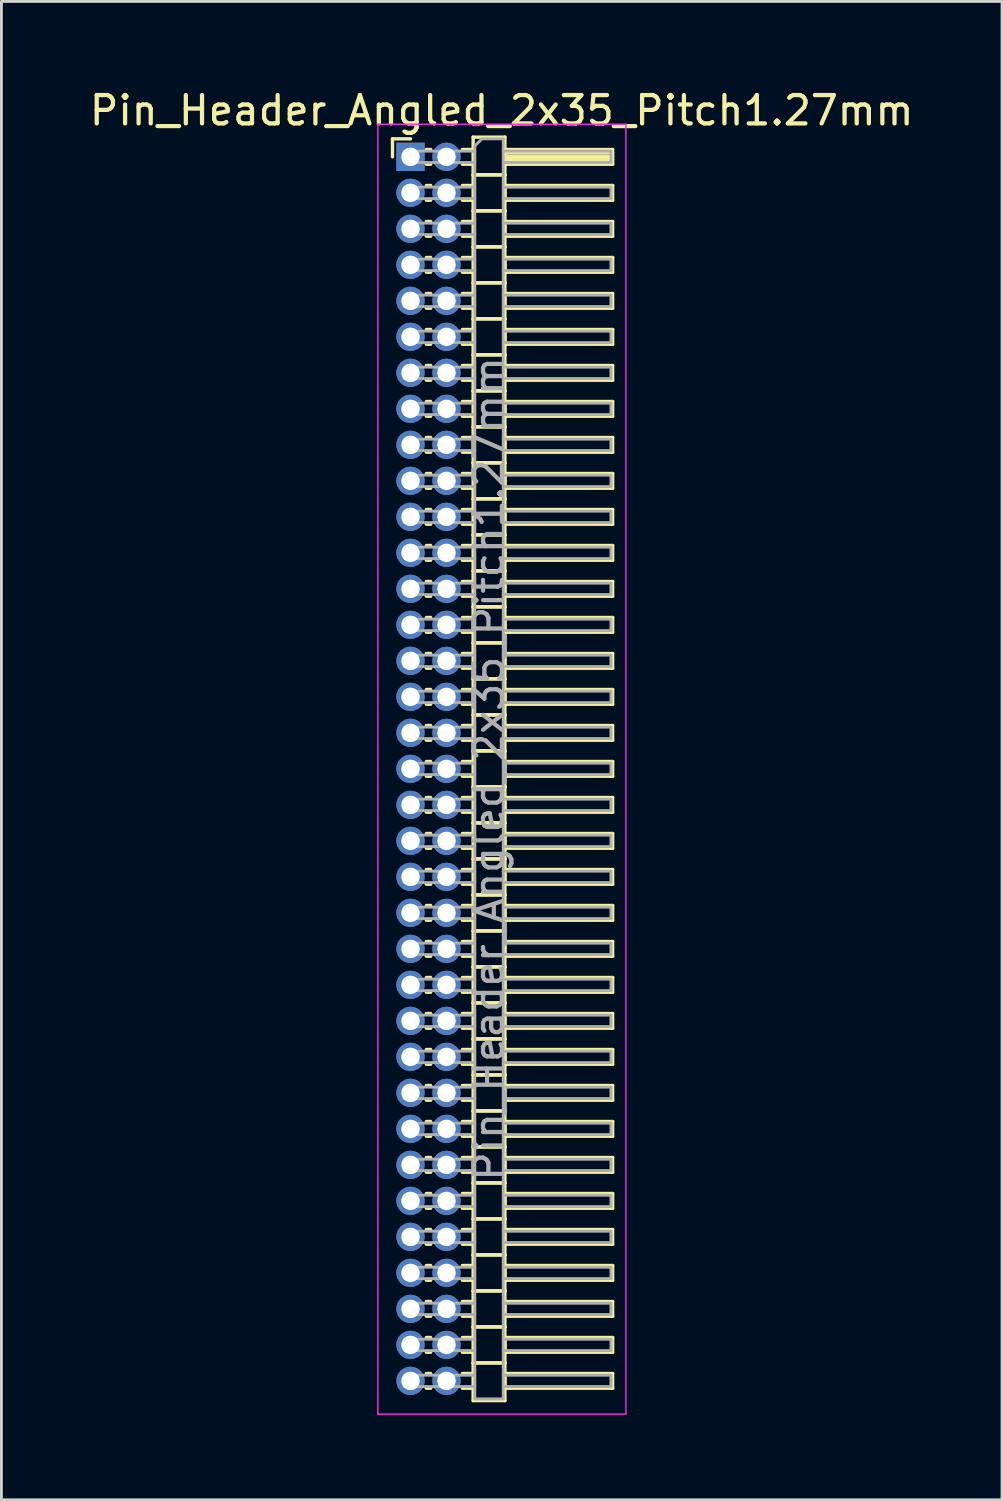
<source format=kicad_pcb>
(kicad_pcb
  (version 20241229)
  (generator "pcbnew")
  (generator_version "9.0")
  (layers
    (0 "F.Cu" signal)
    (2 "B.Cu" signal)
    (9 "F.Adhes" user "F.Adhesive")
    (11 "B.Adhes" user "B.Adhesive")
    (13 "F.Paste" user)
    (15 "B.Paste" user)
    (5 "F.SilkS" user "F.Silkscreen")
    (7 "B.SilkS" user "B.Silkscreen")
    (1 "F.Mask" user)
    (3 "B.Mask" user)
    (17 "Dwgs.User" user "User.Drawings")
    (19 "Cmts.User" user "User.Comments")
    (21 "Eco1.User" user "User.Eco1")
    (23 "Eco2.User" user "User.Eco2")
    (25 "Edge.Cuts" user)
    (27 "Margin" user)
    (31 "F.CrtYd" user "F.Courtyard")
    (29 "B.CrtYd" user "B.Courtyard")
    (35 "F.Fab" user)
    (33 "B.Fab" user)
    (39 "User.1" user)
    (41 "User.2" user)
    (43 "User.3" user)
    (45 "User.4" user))
  (footprint "Pin_Header_Angled_2x35_Pitch1.27mm"
    (layer "F.Cu")
    (at 11.431 2.483)
    (property "Reference" "Pin_Header_Angled_2x35_Pitch1.27mm" (at 3.217 -1.635 0) (layer "F.SilkS") (effects (font (size 1 1) (thickness 0.15))))
    (attr through_hole)
    (fp_line (start -0.635 -0.635) (end 0 -0.635) (stroke (width 0.12) (type solid)) (layer "F.SilkS"))
    (fp_line (start -0.635 0) (end -0.635 -0.635) (stroke (width 0.12) (type solid)) (layer "F.SilkS"))
    (fp_line (start 0.56 -0.26) (end 0.71 -0.26) (stroke (width 0.12) (type solid)) (layer "F.SilkS"))
    (fp_line (start 0.56 0.26) (end 0.71 0.26) (stroke (width 0.12) (type solid)) (layer "F.SilkS"))
    (fp_line (start 0.56 1.01) (end 0.71 1.01) (stroke (width 0.12) (type solid)) (layer "F.SilkS"))
    (fp_line (start 0.56 1.53) (end 0.71 1.53) (stroke (width 0.12) (type solid)) (layer "F.SilkS"))
    (fp_line (start 0.56 2.28) (end 0.71 2.28) (stroke (width 0.12) (type solid)) (layer "F.SilkS"))
    (fp_line (start 0.56 2.8) (end 0.71 2.8) (stroke (width 0.12) (type solid)) (layer "F.SilkS"))
    (fp_line (start 0.56 3.55) (end 0.71 3.55) (stroke (width 0.12) (type solid)) (layer "F.SilkS"))
    (fp_line (start 0.56 4.07) (end 0.71 4.07) (stroke (width 0.12) (type solid)) (layer "F.SilkS"))
    (fp_line (start 0.56 4.82) (end 0.71 4.82) (stroke (width 0.12) (type solid)) (layer "F.SilkS"))
    (fp_line (start 0.56 5.34) (end 0.71 5.34) (stroke (width 0.12) (type solid)) (layer "F.SilkS"))
    (fp_line (start 0.56 6.09) (end 0.71 6.09) (stroke (width 0.12) (type solid)) (layer "F.SilkS"))
    (fp_line (start 0.56 6.61) (end 0.71 6.61) (stroke (width 0.12) (type solid)) (layer "F.SilkS"))
    (fp_line (start 0.56 7.36) (end 0.71 7.36) (stroke (width 0.12) (type solid)) (layer "F.SilkS"))
    (fp_line (start 0.56 7.88) (end 0.71 7.88) (stroke (width 0.12) (type solid)) (layer "F.SilkS"))
    (fp_line (start 0.56 8.63) (end 0.71 8.63) (stroke (width 0.12) (type solid)) (layer "F.SilkS"))
    (fp_line (start 0.56 9.15) (end 0.71 9.15) (stroke (width 0.12) (type solid)) (layer "F.SilkS"))
    (fp_line (start 0.56 9.9) (end 0.71 9.9) (stroke (width 0.12) (type solid)) (layer "F.SilkS"))
    (fp_line (start 0.56 10.42) (end 0.71 10.42) (stroke (width 0.12) (type solid)) (layer "F.SilkS"))
    (fp_line (start 0.56 11.17) (end 0.71 11.17) (stroke (width 0.12) (type solid)) (layer "F.SilkS"))
    (fp_line (start 0.56 11.69) (end 0.71 11.69) (stroke (width 0.12) (type solid)) (layer "F.SilkS"))
    (fp_line (start 0.56 12.44) (end 0.71 12.44) (stroke (width 0.12) (type solid)) (layer "F.SilkS"))
    (fp_line (start 0.56 12.96) (end 0.71 12.96) (stroke (width 0.12) (type solid)) (layer "F.SilkS"))
    (fp_line (start 0.56 13.71) (end 0.71 13.71) (stroke (width 0.12) (type solid)) (layer "F.SilkS"))
    (fp_line (start 0.56 14.23) (end 0.71 14.23) (stroke (width 0.12) (type solid)) (layer "F.SilkS"))
    (fp_line (start 0.56 14.98) (end 0.71 14.98) (stroke (width 0.12) (type solid)) (layer "F.SilkS"))
    (fp_line (start 0.56 15.5) (end 0.71 15.5) (stroke (width 0.12) (type solid)) (layer "F.SilkS"))
    (fp_line (start 0.56 16.25) (end 0.71 16.25) (stroke (width 0.12) (type solid)) (layer "F.SilkS"))
    (fp_line (start 0.56 16.77) (end 0.71 16.77) (stroke (width 0.12) (type solid)) (layer "F.SilkS"))
    (fp_line (start 0.56 17.52) (end 0.71 17.52) (stroke (width 0.12) (type solid)) (layer "F.SilkS"))
    (fp_line (start 0.56 18.04) (end 0.71 18.04) (stroke (width 0.12) (type solid)) (layer "F.SilkS"))
    (fp_line (start 0.56 18.79) (end 0.71 18.79) (stroke (width 0.12) (type solid)) (layer "F.SilkS"))
    (fp_line (start 0.56 19.31) (end 0.71 19.31) (stroke (width 0.12) (type solid)) (layer "F.SilkS"))
    (fp_line (start 0.56 20.06) (end 0.71 20.06) (stroke (width 0.12) (type solid)) (layer "F.SilkS"))
    (fp_line (start 0.56 20.58) (end 0.71 20.58) (stroke (width 0.12) (type solid)) (layer "F.SilkS"))
    (fp_line (start 0.56 21.33) (end 0.71 21.33) (stroke (width 0.12) (type solid)) (layer "F.SilkS"))
    (fp_line (start 0.56 21.85) (end 0.71 21.85) (stroke (width 0.12) (type solid)) (layer "F.SilkS"))
    (fp_line (start 0.56 22.6) (end 0.71 22.6) (stroke (width 0.12) (type solid)) (layer "F.SilkS"))
    (fp_line (start 0.56 23.12) (end 0.71 23.12) (stroke (width 0.12) (type solid)) (layer "F.SilkS"))
    (fp_line (start 0.56 23.87) (end 0.71 23.87) (stroke (width 0.12) (type solid)) (layer "F.SilkS"))
    (fp_line (start 0.56 24.39) (end 0.71 24.39) (stroke (width 0.12) (type solid)) (layer "F.SilkS"))
    (fp_line (start 0.56 25.14) (end 0.71 25.14) (stroke (width 0.12) (type solid)) (layer "F.SilkS"))
    (fp_line (start 0.56 25.66) (end 0.71 25.66) (stroke (width 0.12) (type solid)) (layer "F.SilkS"))
    (fp_line (start 0.56 26.41) (end 0.71 26.41) (stroke (width 0.12) (type solid)) (layer "F.SilkS"))
    (fp_line (start 0.56 26.93) (end 0.71 26.93) (stroke (width 0.12) (type solid)) (layer "F.SilkS"))
    (fp_line (start 0.56 27.68) (end 0.71 27.68) (stroke (width 0.12) (type solid)) (layer "F.SilkS"))
    (fp_line (start 0.56 28.2) (end 0.71 28.2) (stroke (width 0.12) (type solid)) (layer "F.SilkS"))
    (fp_line (start 0.56 28.95) (end 0.71 28.95) (stroke (width 0.12) (type solid)) (layer "F.SilkS"))
    (fp_line (start 0.56 29.47) (end 0.71 29.47) (stroke (width 0.12) (type solid)) (layer "F.SilkS"))
    (fp_line (start 0.56 30.22) (end 0.71 30.22) (stroke (width 0.12) (type solid)) (layer "F.SilkS"))
    (fp_line (start 0.56 30.74) (end 0.71 30.74) (stroke (width 0.12) (type solid)) (layer "F.SilkS"))
    (fp_line (start 0.56 31.49) (end 0.71 31.49) (stroke (width 0.12) (type solid)) (layer "F.SilkS"))
    (fp_line (start 0.56 32.01) (end 0.71 32.01) (stroke (width 0.12) (type solid)) (layer "F.SilkS"))
    (fp_line (start 0.56 32.76) (end 0.71 32.76) (stroke (width 0.12) (type solid)) (layer "F.SilkS"))
    (fp_line (start 0.56 33.28) (end 0.71 33.28) (stroke (width 0.12) (type solid)) (layer "F.SilkS"))
    (fp_line (start 0.56 34.03) (end 0.71 34.03) (stroke (width 0.12) (type solid)) (layer "F.SilkS"))
    (fp_line (start 0.56 34.55) (end 0.71 34.55) (stroke (width 0.12) (type solid)) (layer "F.SilkS"))
    (fp_line (start 0.56 35.3) (end 0.71 35.3) (stroke (width 0.12) (type solid)) (layer "F.SilkS"))
    (fp_line (start 0.56 35.82) (end 0.71 35.82) (stroke (width 0.12) (type solid)) (layer "F.SilkS"))
    (fp_line (start 0.56 36.57) (end 0.71 36.57) (stroke (width 0.12) (type solid)) (layer "F.SilkS"))
    (fp_line (start 0.56 37.09) (end 0.71 37.09) (stroke (width 0.12) (type solid)) (layer "F.SilkS"))
    (fp_line (start 0.56 37.84) (end 0.71 37.84) (stroke (width 0.12) (type solid)) (layer "F.SilkS"))
    (fp_line (start 0.56 38.36) (end 0.71 38.36) (stroke (width 0.12) (type solid)) (layer "F.SilkS"))
    (fp_line (start 0.56 39.11) (end 0.71 39.11) (stroke (width 0.12) (type solid)) (layer "F.SilkS"))
    (fp_line (start 0.56 39.63) (end 0.71 39.63) (stroke (width 0.12) (type solid)) (layer "F.SilkS"))
    (fp_line (start 0.56 40.38) (end 0.71 40.38) (stroke (width 0.12) (type solid)) (layer "F.SilkS"))
    (fp_line (start 0.56 40.9) (end 0.71 40.9) (stroke (width 0.12) (type solid)) (layer "F.SilkS"))
    (fp_line (start 0.56 41.65) (end 0.71 41.65) (stroke (width 0.12) (type solid)) (layer "F.SilkS"))
    (fp_line (start 0.56 42.17) (end 0.71 42.17) (stroke (width 0.12) (type solid)) (layer "F.SilkS"))
    (fp_line (start 0.56 42.92) (end 0.71 42.92) (stroke (width 0.12) (type solid)) (layer "F.SilkS"))
    (fp_line (start 0.56 43.44) (end 0.71 43.44) (stroke (width 0.12) (type solid)) (layer "F.SilkS"))
    (fp_line (start 1.83 -0.26) (end 2.21 -0.26) (stroke (width 0.12) (type solid)) (layer "F.SilkS"))
    (fp_line (start 1.83 0.26) (end 2.21 0.26) (stroke (width 0.12) (type solid)) (layer "F.SilkS"))
    (fp_line (start 1.83 1.01) (end 2.21 1.01) (stroke (width 0.12) (type solid)) (layer "F.SilkS"))
    (fp_line (start 1.83 1.53) (end 2.21 1.53) (stroke (width 0.12) (type solid)) (layer "F.SilkS"))
    (fp_line (start 1.83 2.28) (end 2.21 2.28) (stroke (width 0.12) (type solid)) (layer "F.SilkS"))
    (fp_line (start 1.83 2.8) (end 2.21 2.8) (stroke (width 0.12) (type solid)) (layer "F.SilkS"))
    (fp_line (start 1.83 3.55) (end 2.21 3.55) (stroke (width 0.12) (type solid)) (layer "F.SilkS"))
    (fp_line (start 1.83 4.07) (end 2.21 4.07) (stroke (width 0.12) (type solid)) (layer "F.SilkS"))
    (fp_line (start 1.83 4.82) (end 2.21 4.82) (stroke (width 0.12) (type solid)) (layer "F.SilkS"))
    (fp_line (start 1.83 5.34) (end 2.21 5.34) (stroke (width 0.12) (type solid)) (layer "F.SilkS"))
    (fp_line (start 1.83 6.09) (end 2.21 6.09) (stroke (width 0.12) (type solid)) (layer "F.SilkS"))
    (fp_line (start 1.83 6.61) (end 2.21 6.61) (stroke (width 0.12) (type solid)) (layer "F.SilkS"))
    (fp_line (start 1.83 7.36) (end 2.21 7.36) (stroke (width 0.12) (type solid)) (layer "F.SilkS"))
    (fp_line (start 1.83 7.88) (end 2.21 7.88) (stroke (width 0.12) (type solid)) (layer "F.SilkS"))
    (fp_line (start 1.83 8.63) (end 2.21 8.63) (stroke (width 0.12) (type solid)) (layer "F.SilkS"))
    (fp_line (start 1.83 9.15) (end 2.21 9.15) (stroke (width 0.12) (type solid)) (layer "F.SilkS"))
    (fp_line (start 1.83 9.9) (end 2.21 9.9) (stroke (width 0.12) (type solid)) (layer "F.SilkS"))
    (fp_line (start 1.83 10.42) (end 2.21 10.42) (stroke (width 0.12) (type solid)) (layer "F.SilkS"))
    (fp_line (start 1.83 11.17) (end 2.21 11.17) (stroke (width 0.12) (type solid)) (layer "F.SilkS"))
    (fp_line (start 1.83 11.69) (end 2.21 11.69) (stroke (width 0.12) (type solid)) (layer "F.SilkS"))
    (fp_line (start 1.83 12.44) (end 2.21 12.44) (stroke (width 0.12) (type solid)) (layer "F.SilkS"))
    (fp_line (start 1.83 12.96) (end 2.21 12.96) (stroke (width 0.12) (type solid)) (layer "F.SilkS"))
    (fp_line (start 1.83 13.71) (end 2.21 13.71) (stroke (width 0.12) (type solid)) (layer "F.SilkS"))
    (fp_line (start 1.83 14.23) (end 2.21 14.23) (stroke (width 0.12) (type solid)) (layer "F.SilkS"))
    (fp_line (start 1.83 14.98) (end 2.21 14.98) (stroke (width 0.12) (type solid)) (layer "F.SilkS"))
    (fp_line (start 1.83 15.5) (end 2.21 15.5) (stroke (width 0.12) (type solid)) (layer "F.SilkS"))
    (fp_line (start 1.83 16.25) (end 2.21 16.25) (stroke (width 0.12) (type solid)) (layer "F.SilkS"))
    (fp_line (start 1.83 16.77) (end 2.21 16.77) (stroke (width 0.12) (type solid)) (layer "F.SilkS"))
    (fp_line (start 1.83 17.52) (end 2.21 17.52) (stroke (width 0.12) (type solid)) (layer "F.SilkS"))
    (fp_line (start 1.83 18.04) (end 2.21 18.04) (stroke (width 0.12) (type solid)) (layer "F.SilkS"))
    (fp_line (start 1.83 18.79) (end 2.21 18.79) (stroke (width 0.12) (type solid)) (layer "F.SilkS"))
    (fp_line (start 1.83 19.31) (end 2.21 19.31) (stroke (width 0.12) (type solid)) (layer "F.SilkS"))
    (fp_line (start 1.83 20.06) (end 2.21 20.06) (stroke (width 0.12) (type solid)) (layer "F.SilkS"))
    (fp_line (start 1.83 20.58) (end 2.21 20.58) (stroke (width 0.12) (type solid)) (layer "F.SilkS"))
    (fp_line (start 1.83 21.33) (end 2.21 21.33) (stroke (width 0.12) (type solid)) (layer "F.SilkS"))
    (fp_line (start 1.83 21.85) (end 2.21 21.85) (stroke (width 0.12) (type solid)) (layer "F.SilkS"))
    (fp_line (start 1.83 22.6) (end 2.21 22.6) (stroke (width 0.12) (type solid)) (layer "F.SilkS"))
    (fp_line (start 1.83 23.12) (end 2.21 23.12) (stroke (width 0.12) (type solid)) (layer "F.SilkS"))
    (fp_line (start 1.83 23.87) (end 2.21 23.87) (stroke (width 0.12) (type solid)) (layer "F.SilkS"))
    (fp_line (start 1.83 24.39) (end 2.21 24.39) (stroke (width 0.12) (type solid)) (layer "F.SilkS"))
    (fp_line (start 1.83 25.14) (end 2.21 25.14) (stroke (width 0.12) (type solid)) (layer "F.SilkS"))
    (fp_line (start 1.83 25.66) (end 2.21 25.66) (stroke (width 0.12) (type solid)) (layer "F.SilkS"))
    (fp_line (start 1.83 26.41) (end 2.21 26.41) (stroke (width 0.12) (type solid)) (layer "F.SilkS"))
    (fp_line (start 1.83 26.93) (end 2.21 26.93) (stroke (width 0.12) (type solid)) (layer "F.SilkS"))
    (fp_line (start 1.83 27.68) (end 2.21 27.68) (stroke (width 0.12) (type solid)) (layer "F.SilkS"))
    (fp_line (start 1.83 28.2) (end 2.21 28.2) (stroke (width 0.12) (type solid)) (layer "F.SilkS"))
    (fp_line (start 1.83 28.95) (end 2.21 28.95) (stroke (width 0.12) (type solid)) (layer "F.SilkS"))
    (fp_line (start 1.83 29.47) (end 2.21 29.47) (stroke (width 0.12) (type solid)) (layer "F.SilkS"))
    (fp_line (start 1.83 30.22) (end 2.21 30.22) (stroke (width 0.12) (type solid)) (layer "F.SilkS"))
    (fp_line (start 1.83 30.74) (end 2.21 30.74) (stroke (width 0.12) (type solid)) (layer "F.SilkS"))
    (fp_line (start 1.83 31.49) (end 2.21 31.49) (stroke (width 0.12) (type solid)) (layer "F.SilkS"))
    (fp_line (start 1.83 32.01) (end 2.21 32.01) (stroke (width 0.12) (type solid)) (layer "F.SilkS"))
    (fp_line (start 1.83 32.76) (end 2.21 32.76) (stroke (width 0.12) (type solid)) (layer "F.SilkS"))
    (fp_line (start 1.83 33.28) (end 2.21 33.28) (stroke (width 0.12) (type solid)) (layer "F.SilkS"))
    (fp_line (start 1.83 34.03) (end 2.21 34.03) (stroke (width 0.12) (type solid)) (layer "F.SilkS"))
    (fp_line (start 1.83 34.55) (end 2.21 34.55) (stroke (width 0.12) (type solid)) (layer "F.SilkS"))
    (fp_line (start 1.83 35.3) (end 2.21 35.3) (stroke (width 0.12) (type solid)) (layer "F.SilkS"))
    (fp_line (start 1.83 35.82) (end 2.21 35.82) (stroke (width 0.12) (type solid)) (layer "F.SilkS"))
    (fp_line (start 1.83 36.57) (end 2.21 36.57) (stroke (width 0.12) (type solid)) (layer "F.SilkS"))
    (fp_line (start 1.83 37.09) (end 2.21 37.09) (stroke (width 0.12) (type solid)) (layer "F.SilkS"))
    (fp_line (start 1.83 37.84) (end 2.21 37.84) (stroke (width 0.12) (type solid)) (layer "F.SilkS"))
    (fp_line (start 1.83 38.36) (end 2.21 38.36) (stroke (width 0.12) (type solid)) (layer "F.SilkS"))
    (fp_line (start 1.83 39.11) (end 2.21 39.11) (stroke (width 0.12) (type solid)) (layer "F.SilkS"))
    (fp_line (start 1.83 39.63) (end 2.21 39.63) (stroke (width 0.12) (type solid)) (layer "F.SilkS"))
    (fp_line (start 1.83 40.38) (end 2.21 40.38) (stroke (width 0.12) (type solid)) (layer "F.SilkS"))
    (fp_line (start 1.83 40.9) (end 2.21 40.9) (stroke (width 0.12) (type solid)) (layer "F.SilkS"))
    (fp_line (start 1.83 41.65) (end 2.21 41.65) (stroke (width 0.12) (type solid)) (layer "F.SilkS"))
    (fp_line (start 1.83 42.17) (end 2.21 42.17) (stroke (width 0.12) (type solid)) (layer "F.SilkS"))
    (fp_line (start 1.83 42.92) (end 2.21 42.92) (stroke (width 0.12) (type solid)) (layer "F.SilkS"))
    (fp_line (start 1.83 43.44) (end 2.21 43.44) (stroke (width 0.12) (type solid)) (layer "F.SilkS"))
    (fp_line (start 2.21 -0.695) (end 2.21 0.635) (stroke (width 0.12) (type solid)) (layer "F.SilkS"))
    (fp_line (start 2.21 0.635) (end 2.21 1.905) (stroke (width 0.12) (type solid)) (layer "F.SilkS"))
    (fp_line (start 2.21 0.635) (end 3.33 0.635) (stroke (width 0.12) (type solid)) (layer "F.SilkS"))
    (fp_line (start 2.21 1.905) (end 2.21 3.175) (stroke (width 0.12) (type solid)) (layer "F.SilkS"))
    (fp_line (start 2.21 1.905) (end 3.33 1.905) (stroke (width 0.12) (type solid)) (layer "F.SilkS"))
    (fp_line (start 2.21 3.175) (end 2.21 4.445) (stroke (width 0.12) (type solid)) (layer "F.SilkS"))
    (fp_line (start 2.21 3.175) (end 3.33 3.175) (stroke (width 0.12) (type solid)) (layer "F.SilkS"))
    (fp_line (start 2.21 4.445) (end 2.21 5.715) (stroke (width 0.12) (type solid)) (layer "F.SilkS"))
    (fp_line (start 2.21 4.445) (end 3.33 4.445) (stroke (width 0.12) (type solid)) (layer "F.SilkS"))
    (fp_line (start 2.21 5.715) (end 2.21 6.985) (stroke (width 0.12) (type solid)) (layer "F.SilkS"))
    (fp_line (start 2.21 5.715) (end 3.33 5.715) (stroke (width 0.12) (type solid)) (layer "F.SilkS"))
    (fp_line (start 2.21 6.985) (end 2.21 8.255) (stroke (width 0.12) (type solid)) (layer "F.SilkS"))
    (fp_line (start 2.21 6.985) (end 3.33 6.985) (stroke (width 0.12) (type solid)) (layer "F.SilkS"))
    (fp_line (start 2.21 8.255) (end 2.21 9.525) (stroke (width 0.12) (type solid)) (layer "F.SilkS"))
    (fp_line (start 2.21 8.255) (end 3.33 8.255) (stroke (width 0.12) (type solid)) (layer "F.SilkS"))
    (fp_line (start 2.21 9.525) (end 2.21 10.795) (stroke (width 0.12) (type solid)) (layer "F.SilkS"))
    (fp_line (start 2.21 9.525) (end 3.33 9.525) (stroke (width 0.12) (type solid)) (layer "F.SilkS"))
    (fp_line (start 2.21 10.795) (end 2.21 12.065) (stroke (width 0.12) (type solid)) (layer "F.SilkS"))
    (fp_line (start 2.21 10.795) (end 3.33 10.795) (stroke (width 0.12) (type solid)) (layer "F.SilkS"))
    (fp_line (start 2.21 12.065) (end 2.21 13.335) (stroke (width 0.12) (type solid)) (layer "F.SilkS"))
    (fp_line (start 2.21 12.065) (end 3.33 12.065) (stroke (width 0.12) (type solid)) (layer "F.SilkS"))
    (fp_line (start 2.21 13.335) (end 2.21 14.605) (stroke (width 0.12) (type solid)) (layer "F.SilkS"))
    (fp_line (start 2.21 13.335) (end 3.33 13.335) (stroke (width 0.12) (type solid)) (layer "F.SilkS"))
    (fp_line (start 2.21 14.605) (end 2.21 15.875) (stroke (width 0.12) (type solid)) (layer "F.SilkS"))
    (fp_line (start 2.21 14.605) (end 3.33 14.605) (stroke (width 0.12) (type solid)) (layer "F.SilkS"))
    (fp_line (start 2.21 15.875) (end 2.21 17.145) (stroke (width 0.12) (type solid)) (layer "F.SilkS"))
    (fp_line (start 2.21 15.875) (end 3.33 15.875) (stroke (width 0.12) (type solid)) (layer "F.SilkS"))
    (fp_line (start 2.21 17.145) (end 2.21 18.415) (stroke (width 0.12) (type solid)) (layer "F.SilkS"))
    (fp_line (start 2.21 17.145) (end 3.33 17.145) (stroke (width 0.12) (type solid)) (layer "F.SilkS"))
    (fp_line (start 2.21 18.415) (end 2.21 19.685) (stroke (width 0.12) (type solid)) (layer "F.SilkS"))
    (fp_line (start 2.21 18.415) (end 3.33 18.415) (stroke (width 0.12) (type solid)) (layer "F.SilkS"))
    (fp_line (start 2.21 19.685) (end 2.21 20.955) (stroke (width 0.12) (type solid)) (layer "F.SilkS"))
    (fp_line (start 2.21 19.685) (end 3.33 19.685) (stroke (width 0.12) (type solid)) (layer "F.SilkS"))
    (fp_line (start 2.21 20.955) (end 2.21 22.225) (stroke (width 0.12) (type solid)) (layer "F.SilkS"))
    (fp_line (start 2.21 20.955) (end 3.33 20.955) (stroke (width 0.12) (type solid)) (layer "F.SilkS"))
    (fp_line (start 2.21 22.225) (end 2.21 23.495) (stroke (width 0.12) (type solid)) (layer "F.SilkS"))
    (fp_line (start 2.21 22.225) (end 3.33 22.225) (stroke (width 0.12) (type solid)) (layer "F.SilkS"))
    (fp_line (start 2.21 23.495) (end 2.21 24.765) (stroke (width 0.12) (type solid)) (layer "F.SilkS"))
    (fp_line (start 2.21 23.495) (end 3.33 23.495) (stroke (width 0.12) (type solid)) (layer "F.SilkS"))
    (fp_line (start 2.21 24.765) (end 2.21 26.035) (stroke (width 0.12) (type solid)) (layer "F.SilkS"))
    (fp_line (start 2.21 24.765) (end 3.33 24.765) (stroke (width 0.12) (type solid)) (layer "F.SilkS"))
    (fp_line (start 2.21 26.035) (end 2.21 27.305) (stroke (width 0.12) (type solid)) (layer "F.SilkS"))
    (fp_line (start 2.21 26.035) (end 3.33 26.035) (stroke (width 0.12) (type solid)) (layer "F.SilkS"))
    (fp_line (start 2.21 27.305) (end 2.21 28.575) (stroke (width 0.12) (type solid)) (layer "F.SilkS"))
    (fp_line (start 2.21 27.305) (end 3.33 27.305) (stroke (width 0.12) (type solid)) (layer "F.SilkS"))
    (fp_line (start 2.21 28.575) (end 2.21 29.845) (stroke (width 0.12) (type solid)) (layer "F.SilkS"))
    (fp_line (start 2.21 28.575) (end 3.33 28.575) (stroke (width 0.12) (type solid)) (layer "F.SilkS"))
    (fp_line (start 2.21 29.845) (end 2.21 31.115) (stroke (width 0.12) (type solid)) (layer "F.SilkS"))
    (fp_line (start 2.21 29.845) (end 3.33 29.845) (stroke (width 0.12) (type solid)) (layer "F.SilkS"))
    (fp_line (start 2.21 31.115) (end 2.21 32.385) (stroke (width 0.12) (type solid)) (layer "F.SilkS"))
    (fp_line (start 2.21 31.115) (end 3.33 31.115) (stroke (width 0.12) (type solid)) (layer "F.SilkS"))
    (fp_line (start 2.21 32.385) (end 2.21 33.655) (stroke (width 0.12) (type solid)) (layer "F.SilkS"))
    (fp_line (start 2.21 32.385) (end 3.33 32.385) (stroke (width 0.12) (type solid)) (layer "F.SilkS"))
    (fp_line (start 2.21 33.655) (end 2.21 34.925) (stroke (width 0.12) (type solid)) (layer "F.SilkS"))
    (fp_line (start 2.21 33.655) (end 3.33 33.655) (stroke (width 0.12) (type solid)) (layer "F.SilkS"))
    (fp_line (start 2.21 34.925) (end 2.21 36.195) (stroke (width 0.12) (type solid)) (layer "F.SilkS"))
    (fp_line (start 2.21 34.925) (end 3.33 34.925) (stroke (width 0.12) (type solid)) (layer "F.SilkS"))
    (fp_line (start 2.21 36.195) (end 2.21 37.465) (stroke (width 0.12) (type solid)) (layer "F.SilkS"))
    (fp_line (start 2.21 36.195) (end 3.33 36.195) (stroke (width 0.12) (type solid)) (layer "F.SilkS"))
    (fp_line (start 2.21 37.465) (end 2.21 38.735) (stroke (width 0.12) (type solid)) (layer "F.SilkS"))
    (fp_line (start 2.21 37.465) (end 3.33 37.465) (stroke (width 0.12) (type solid)) (layer "F.SilkS"))
    (fp_line (start 2.21 38.735) (end 2.21 40.005) (stroke (width 0.12) (type solid)) (layer "F.SilkS"))
    (fp_line (start 2.21 38.735) (end 3.33 38.735) (stroke (width 0.12) (type solid)) (layer "F.SilkS"))
    (fp_line (start 2.21 40.005) (end 2.21 41.275) (stroke (width 0.12) (type solid)) (layer "F.SilkS"))
    (fp_line (start 2.21 40.005) (end 3.33 40.005) (stroke (width 0.12) (type solid)) (layer "F.SilkS"))
    (fp_line (start 2.21 41.275) (end 2.21 42.545) (stroke (width 0.12) (type solid)) (layer "F.SilkS"))
    (fp_line (start 2.21 41.275) (end 3.33 41.275) (stroke (width 0.12) (type solid)) (layer "F.SilkS"))
    (fp_line (start 2.21 42.545) (end 2.21 43.875) (stroke (width 0.12) (type solid)) (layer "F.SilkS"))
    (fp_line (start 2.21 42.545) (end 3.33 42.545) (stroke (width 0.12) (type solid)) (layer "F.SilkS"))
    (fp_line (start 2.21 43.875) (end 3.33 43.875) (stroke (width 0.12) (type solid)) (layer "F.SilkS"))
    (fp_line (start 3.33 -0.695) (end 2.21 -0.695) (stroke (width 0.12) (type solid)) (layer "F.SilkS"))
    (fp_line (start 3.33 -0.26) (end 3.33 0.26) (stroke (width 0.12) (type solid)) (layer "F.SilkS"))
    (fp_line (start 3.33 -0.14) (end 7.13 -0.14) (stroke (width 0.12) (type solid)) (layer "F.SilkS"))
    (fp_line (start 3.33 -0.02) (end 7.13 -0.02) (stroke (width 0.12) (type solid)) (layer "F.SilkS"))
    (fp_line (start 3.33 0.1) (end 7.13 0.1) (stroke (width 0.12) (type solid)) (layer "F.SilkS"))
    (fp_line (start 3.33 0.22) (end 7.13 0.22) (stroke (width 0.12) (type solid)) (layer "F.SilkS"))
    (fp_line (start 3.33 0.26) (end 7.13 0.26) (stroke (width 0.12) (type solid)) (layer "F.SilkS"))
    (fp_line (start 3.33 0.635) (end 2.21 0.635) (stroke (width 0.12) (type solid)) (layer "F.SilkS"))
    (fp_line (start 3.33 0.635) (end 3.33 -0.695) (stroke (width 0.12) (type solid)) (layer "F.SilkS"))
    (fp_line (start 3.33 1.01) (end 3.33 1.53) (stroke (width 0.12) (type solid)) (layer "F.SilkS"))
    (fp_line (start 3.33 1.53) (end 7.13 1.53) (stroke (width 0.12) (type solid)) (layer "F.SilkS"))
    (fp_line (start 3.33 1.905) (end 2.21 1.905) (stroke (width 0.12) (type solid)) (layer "F.SilkS"))
    (fp_line (start 3.33 1.905) (end 3.33 0.635) (stroke (width 0.12) (type solid)) (layer "F.SilkS"))
    (fp_line (start 3.33 2.28) (end 3.33 2.8) (stroke (width 0.12) (type solid)) (layer "F.SilkS"))
    (fp_line (start 3.33 2.8) (end 7.13 2.8) (stroke (width 0.12) (type solid)) (layer "F.SilkS"))
    (fp_line (start 3.33 3.175) (end 2.21 3.175) (stroke (width 0.12) (type solid)) (layer "F.SilkS"))
    (fp_line (start 3.33 3.175) (end 3.33 1.905) (stroke (width 0.12) (type solid)) (layer "F.SilkS"))
    (fp_line (start 3.33 3.55) (end 3.33 4.07) (stroke (width 0.12) (type solid)) (layer "F.SilkS"))
    (fp_line (start 3.33 4.07) (end 7.13 4.07) (stroke (width 0.12) (type solid)) (layer "F.SilkS"))
    (fp_line (start 3.33 4.445) (end 2.21 4.445) (stroke (width 0.12) (type solid)) (layer "F.SilkS"))
    (fp_line (start 3.33 4.445) (end 3.33 3.175) (stroke (width 0.12) (type solid)) (layer "F.SilkS"))
    (fp_line (start 3.33 4.82) (end 3.33 5.34) (stroke (width 0.12) (type solid)) (layer "F.SilkS"))
    (fp_line (start 3.33 5.34) (end 7.13 5.34) (stroke (width 0.12) (type solid)) (layer "F.SilkS"))
    (fp_line (start 3.33 5.715) (end 2.21 5.715) (stroke (width 0.12) (type solid)) (layer "F.SilkS"))
    (fp_line (start 3.33 5.715) (end 3.33 4.445) (stroke (width 0.12) (type solid)) (layer "F.SilkS"))
    (fp_line (start 3.33 6.09) (end 3.33 6.61) (stroke (width 0.12) (type solid)) (layer "F.SilkS"))
    (fp_line (start 3.33 6.61) (end 7.13 6.61) (stroke (width 0.12) (type solid)) (layer "F.SilkS"))
    (fp_line (start 3.33 6.985) (end 2.21 6.985) (stroke (width 0.12) (type solid)) (layer "F.SilkS"))
    (fp_line (start 3.33 6.985) (end 3.33 5.715) (stroke (width 0.12) (type solid)) (layer "F.SilkS"))
    (fp_line (start 3.33 7.36) (end 3.33 7.88) (stroke (width 0.12) (type solid)) (layer "F.SilkS"))
    (fp_line (start 3.33 7.88) (end 7.13 7.88) (stroke (width 0.12) (type solid)) (layer "F.SilkS"))
    (fp_line (start 3.33 8.255) (end 2.21 8.255) (stroke (width 0.12) (type solid)) (layer "F.SilkS"))
    (fp_line (start 3.33 8.255) (end 3.33 6.985) (stroke (width 0.12) (type solid)) (layer "F.SilkS"))
    (fp_line (start 3.33 8.63) (end 3.33 9.15) (stroke (width 0.12) (type solid)) (layer "F.SilkS"))
    (fp_line (start 3.33 9.15) (end 7.13 9.15) (stroke (width 0.12) (type solid)) (layer "F.SilkS"))
    (fp_line (start 3.33 9.525) (end 2.21 9.525) (stroke (width 0.12) (type solid)) (layer "F.SilkS"))
    (fp_line (start 3.33 9.525) (end 3.33 8.255) (stroke (width 0.12) (type solid)) (layer "F.SilkS"))
    (fp_line (start 3.33 9.9) (end 3.33 10.42) (stroke (width 0.12) (type solid)) (layer "F.SilkS"))
    (fp_line (start 3.33 10.42) (end 7.13 10.42) (stroke (width 0.12) (type solid)) (layer "F.SilkS"))
    (fp_line (start 3.33 10.795) (end 2.21 10.795) (stroke (width 0.12) (type solid)) (layer "F.SilkS"))
    (fp_line (start 3.33 10.795) (end 3.33 9.525) (stroke (width 0.12) (type solid)) (layer "F.SilkS"))
    (fp_line (start 3.33 11.17) (end 3.33 11.69) (stroke (width 0.12) (type solid)) (layer "F.SilkS"))
    (fp_line (start 3.33 11.69) (end 7.13 11.69) (stroke (width 0.12) (type solid)) (layer "F.SilkS"))
    (fp_line (start 3.33 12.065) (end 2.21 12.065) (stroke (width 0.12) (type solid)) (layer "F.SilkS"))
    (fp_line (start 3.33 12.065) (end 3.33 10.795) (stroke (width 0.12) (type solid)) (layer "F.SilkS"))
    (fp_line (start 3.33 12.44) (end 3.33 12.96) (stroke (width 0.12) (type solid)) (layer "F.SilkS"))
    (fp_line (start 3.33 12.96) (end 7.13 12.96) (stroke (width 0.12) (type solid)) (layer "F.SilkS"))
    (fp_line (start 3.33 13.335) (end 2.21 13.335) (stroke (width 0.12) (type solid)) (layer "F.SilkS"))
    (fp_line (start 3.33 13.335) (end 3.33 12.065) (stroke (width 0.12) (type solid)) (layer "F.SilkS"))
    (fp_line (start 3.33 13.71) (end 3.33 14.23) (stroke (width 0.12) (type solid)) (layer "F.SilkS"))
    (fp_line (start 3.33 14.23) (end 7.13 14.23) (stroke (width 0.12) (type solid)) (layer "F.SilkS"))
    (fp_line (start 3.33 14.605) (end 2.21 14.605) (stroke (width 0.12) (type solid)) (layer "F.SilkS"))
    (fp_line (start 3.33 14.605) (end 3.33 13.335) (stroke (width 0.12) (type solid)) (layer "F.SilkS"))
    (fp_line (start 3.33 14.98) (end 3.33 15.5) (stroke (width 0.12) (type solid)) (layer "F.SilkS"))
    (fp_line (start 3.33 15.5) (end 7.13 15.5) (stroke (width 0.12) (type solid)) (layer "F.SilkS"))
    (fp_line (start 3.33 15.875) (end 2.21 15.875) (stroke (width 0.12) (type solid)) (layer "F.SilkS"))
    (fp_line (start 3.33 15.875) (end 3.33 14.605) (stroke (width 0.12) (type solid)) (layer "F.SilkS"))
    (fp_line (start 3.33 16.25) (end 3.33 16.77) (stroke (width 0.12) (type solid)) (layer "F.SilkS"))
    (fp_line (start 3.33 16.77) (end 7.13 16.77) (stroke (width 0.12) (type solid)) (layer "F.SilkS"))
    (fp_line (start 3.33 17.145) (end 2.21 17.145) (stroke (width 0.12) (type solid)) (layer "F.SilkS"))
    (fp_line (start 3.33 17.145) (end 3.33 15.875) (stroke (width 0.12) (type solid)) (layer "F.SilkS"))
    (fp_line (start 3.33 17.52) (end 3.33 18.04) (stroke (width 0.12) (type solid)) (layer "F.SilkS"))
    (fp_line (start 3.33 18.04) (end 7.13 18.04) (stroke (width 0.12) (type solid)) (layer "F.SilkS"))
    (fp_line (start 3.33 18.415) (end 2.21 18.415) (stroke (width 0.12) (type solid)) (layer "F.SilkS"))
    (fp_line (start 3.33 18.415) (end 3.33 17.145) (stroke (width 0.12) (type solid)) (layer "F.SilkS"))
    (fp_line (start 3.33 18.79) (end 3.33 19.31) (stroke (width 0.12) (type solid)) (layer "F.SilkS"))
    (fp_line (start 3.33 19.31) (end 7.13 19.31) (stroke (width 0.12) (type solid)) (layer "F.SilkS"))
    (fp_line (start 3.33 19.685) (end 2.21 19.685) (stroke (width 0.12) (type solid)) (layer "F.SilkS"))
    (fp_line (start 3.33 19.685) (end 3.33 18.415) (stroke (width 0.12) (type solid)) (layer "F.SilkS"))
    (fp_line (start 3.33 20.06) (end 3.33 20.58) (stroke (width 0.12) (type solid)) (layer "F.SilkS"))
    (fp_line (start 3.33 20.58) (end 7.13 20.58) (stroke (width 0.12) (type solid)) (layer "F.SilkS"))
    (fp_line (start 3.33 20.955) (end 2.21 20.955) (stroke (width 0.12) (type solid)) (layer "F.SilkS"))
    (fp_line (start 3.33 20.955) (end 3.33 19.685) (stroke (width 0.12) (type solid)) (layer "F.SilkS"))
    (fp_line (start 3.33 21.33) (end 3.33 21.85) (stroke (width 0.12) (type solid)) (layer "F.SilkS"))
    (fp_line (start 3.33 21.85) (end 7.13 21.85) (stroke (width 0.12) (type solid)) (layer "F.SilkS"))
    (fp_line (start 3.33 22.225) (end 2.21 22.225) (stroke (width 0.12) (type solid)) (layer "F.SilkS"))
    (fp_line (start 3.33 22.225) (end 3.33 20.955) (stroke (width 0.12) (type solid)) (layer "F.SilkS"))
    (fp_line (start 3.33 22.6) (end 3.33 23.12) (stroke (width 0.12) (type solid)) (layer "F.SilkS"))
    (fp_line (start 3.33 23.12) (end 7.13 23.12) (stroke (width 0.12) (type solid)) (layer "F.SilkS"))
    (fp_line (start 3.33 23.495) (end 2.21 23.495) (stroke (width 0.12) (type solid)) (layer "F.SilkS"))
    (fp_line (start 3.33 23.495) (end 3.33 22.225) (stroke (width 0.12) (type solid)) (layer "F.SilkS"))
    (fp_line (start 3.33 23.87) (end 3.33 24.39) (stroke (width 0.12) (type solid)) (layer "F.SilkS"))
    (fp_line (start 3.33 24.39) (end 7.13 24.39) (stroke (width 0.12) (type solid)) (layer "F.SilkS"))
    (fp_line (start 3.33 24.765) (end 2.21 24.765) (stroke (width 0.12) (type solid)) (layer "F.SilkS"))
    (fp_line (start 3.33 24.765) (end 3.33 23.495) (stroke (width 0.12) (type solid)) (layer "F.SilkS"))
    (fp_line (start 3.33 25.14) (end 3.33 25.66) (stroke (width 0.12) (type solid)) (layer "F.SilkS"))
    (fp_line (start 3.33 25.66) (end 7.13 25.66) (stroke (width 0.12) (type solid)) (layer "F.SilkS"))
    (fp_line (start 3.33 26.035) (end 2.21 26.035) (stroke (width 0.12) (type solid)) (layer "F.SilkS"))
    (fp_line (start 3.33 26.035) (end 3.33 24.765) (stroke (width 0.12) (type solid)) (layer "F.SilkS"))
    (fp_line (start 3.33 26.41) (end 3.33 26.93) (stroke (width 0.12) (type solid)) (layer "F.SilkS"))
    (fp_line (start 3.33 26.93) (end 7.13 26.93) (stroke (width 0.12) (type solid)) (layer "F.SilkS"))
    (fp_line (start 3.33 27.305) (end 2.21 27.305) (stroke (width 0.12) (type solid)) (layer "F.SilkS"))
    (fp_line (start 3.33 27.305) (end 3.33 26.035) (stroke (width 0.12) (type solid)) (layer "F.SilkS"))
    (fp_line (start 3.33 27.68) (end 3.33 28.2) (stroke (width 0.12) (type solid)) (layer "F.SilkS"))
    (fp_line (start 3.33 28.2) (end 7.13 28.2) (stroke (width 0.12) (type solid)) (layer "F.SilkS"))
    (fp_line (start 3.33 28.575) (end 2.21 28.575) (stroke (width 0.12) (type solid)) (layer "F.SilkS"))
    (fp_line (start 3.33 28.575) (end 3.33 27.305) (stroke (width 0.12) (type solid)) (layer "F.SilkS"))
    (fp_line (start 3.33 28.95) (end 3.33 29.47) (stroke (width 0.12) (type solid)) (layer "F.SilkS"))
    (fp_line (start 3.33 29.47) (end 7.13 29.47) (stroke (width 0.12) (type solid)) (layer "F.SilkS"))
    (fp_line (start 3.33 29.845) (end 2.21 29.845) (stroke (width 0.12) (type solid)) (layer "F.SilkS"))
    (fp_line (start 3.33 29.845) (end 3.33 28.575) (stroke (width 0.12) (type solid)) (layer "F.SilkS"))
    (fp_line (start 3.33 30.22) (end 3.33 30.74) (stroke (width 0.12) (type solid)) (layer "F.SilkS"))
    (fp_line (start 3.33 30.74) (end 7.13 30.74) (stroke (width 0.12) (type solid)) (layer "F.SilkS"))
    (fp_line (start 3.33 31.115) (end 2.21 31.115) (stroke (width 0.12) (type solid)) (layer "F.SilkS"))
    (fp_line (start 3.33 31.115) (end 3.33 29.845) (stroke (width 0.12) (type solid)) (layer "F.SilkS"))
    (fp_line (start 3.33 31.49) (end 3.33 32.01) (stroke (width 0.12) (type solid)) (layer "F.SilkS"))
    (fp_line (start 3.33 32.01) (end 7.13 32.01) (stroke (width 0.12) (type solid)) (layer "F.SilkS"))
    (fp_line (start 3.33 32.385) (end 2.21 32.385) (stroke (width 0.12) (type solid)) (layer "F.SilkS"))
    (fp_line (start 3.33 32.385) (end 3.33 31.115) (stroke (width 0.12) (type solid)) (layer "F.SilkS"))
    (fp_line (start 3.33 32.76) (end 3.33 33.28) (stroke (width 0.12) (type solid)) (layer "F.SilkS"))
    (fp_line (start 3.33 33.28) (end 7.13 33.28) (stroke (width 0.12) (type solid)) (layer "F.SilkS"))
    (fp_line (start 3.33 33.655) (end 2.21 33.655) (stroke (width 0.12) (type solid)) (layer "F.SilkS"))
    (fp_line (start 3.33 33.655) (end 3.33 32.385) (stroke (width 0.12) (type solid)) (layer "F.SilkS"))
    (fp_line (start 3.33 34.03) (end 3.33 34.55) (stroke (width 0.12) (type solid)) (layer "F.SilkS"))
    (fp_line (start 3.33 34.55) (end 7.13 34.55) (stroke (width 0.12) (type solid)) (layer "F.SilkS"))
    (fp_line (start 3.33 34.925) (end 2.21 34.925) (stroke (width 0.12) (type solid)) (layer "F.SilkS"))
    (fp_line (start 3.33 34.925) (end 3.33 33.655) (stroke (width 0.12) (type solid)) (layer "F.SilkS"))
    (fp_line (start 3.33 35.3) (end 3.33 35.82) (stroke (width 0.12) (type solid)) (layer "F.SilkS"))
    (fp_line (start 3.33 35.82) (end 7.13 35.82) (stroke (width 0.12) (type solid)) (layer "F.SilkS"))
    (fp_line (start 3.33 36.195) (end 2.21 36.195) (stroke (width 0.12) (type solid)) (layer "F.SilkS"))
    (fp_line (start 3.33 36.195) (end 3.33 34.925) (stroke (width 0.12) (type solid)) (layer "F.SilkS"))
    (fp_line (start 3.33 36.57) (end 3.33 37.09) (stroke (width 0.12) (type solid)) (layer "F.SilkS"))
    (fp_line (start 3.33 37.09) (end 7.13 37.09) (stroke (width 0.12) (type solid)) (layer "F.SilkS"))
    (fp_line (start 3.33 37.465) (end 2.21 37.465) (stroke (width 0.12) (type solid)) (layer "F.SilkS"))
    (fp_line (start 3.33 37.465) (end 3.33 36.195) (stroke (width 0.12) (type solid)) (layer "F.SilkS"))
    (fp_line (start 3.33 37.84) (end 3.33 38.36) (stroke (width 0.12) (type solid)) (layer "F.SilkS"))
    (fp_line (start 3.33 38.36) (end 7.13 38.36) (stroke (width 0.12) (type solid)) (layer "F.SilkS"))
    (fp_line (start 3.33 38.735) (end 2.21 38.735) (stroke (width 0.12) (type solid)) (layer "F.SilkS"))
    (fp_line (start 3.33 38.735) (end 3.33 37.465) (stroke (width 0.12) (type solid)) (layer "F.SilkS"))
    (fp_line (start 3.33 39.11) (end 3.33 39.63) (stroke (width 0.12) (type solid)) (layer "F.SilkS"))
    (fp_line (start 3.33 39.63) (end 7.13 39.63) (stroke (width 0.12) (type solid)) (layer "F.SilkS"))
    (fp_line (start 3.33 40.005) (end 2.21 40.005) (stroke (width 0.12) (type solid)) (layer "F.SilkS"))
    (fp_line (start 3.33 40.005) (end 3.33 38.735) (stroke (width 0.12) (type solid)) (layer "F.SilkS"))
    (fp_line (start 3.33 40.38) (end 3.33 40.9) (stroke (width 0.12) (type solid)) (layer "F.SilkS"))
    (fp_line (start 3.33 40.9) (end 7.13 40.9) (stroke (width 0.12) (type solid)) (layer "F.SilkS"))
    (fp_line (start 3.33 41.275) (end 2.21 41.275) (stroke (width 0.12) (type solid)) (layer "F.SilkS"))
    (fp_line (start 3.33 41.275) (end 3.33 40.005) (stroke (width 0.12) (type solid)) (layer "F.SilkS"))
    (fp_line (start 3.33 41.65) (end 3.33 42.17) (stroke (width 0.12) (type solid)) (layer "F.SilkS"))
    (fp_line (start 3.33 42.17) (end 7.13 42.17) (stroke (width 0.12) (type solid)) (layer "F.SilkS"))
    (fp_line (start 3.33 42.545) (end 2.21 42.545) (stroke (width 0.12) (type solid)) (layer "F.SilkS"))
    (fp_line (start 3.33 42.545) (end 3.33 41.275) (stroke (width 0.12) (type solid)) (layer "F.SilkS"))
    (fp_line (start 3.33 42.92) (end 3.33 43.44) (stroke (width 0.12) (type solid)) (layer "F.SilkS"))
    (fp_line (start 3.33 43.44) (end 7.13 43.44) (stroke (width 0.12) (type solid)) (layer "F.SilkS"))
    (fp_line (start 3.33 43.875) (end 3.33 42.545) (stroke (width 0.12) (type solid)) (layer "F.SilkS"))
    (fp_line (start 7.13 -0.26) (end 3.33 -0.26) (stroke (width 0.12) (type solid)) (layer "F.SilkS"))
    (fp_line (start 7.13 0.26) (end 7.13 -0.26) (stroke (width 0.12) (type solid)) (layer "F.SilkS"))
    (fp_line (start 7.13 1.01) (end 3.33 1.01) (stroke (width 0.12) (type solid)) (layer "F.SilkS"))
    (fp_line (start 7.13 1.53) (end 7.13 1.01) (stroke (width 0.12) (type solid)) (layer "F.SilkS"))
    (fp_line (start 7.13 2.28) (end 3.33 2.28) (stroke (width 0.12) (type solid)) (layer "F.SilkS"))
    (fp_line (start 7.13 2.8) (end 7.13 2.28) (stroke (width 0.12) (type solid)) (layer "F.SilkS"))
    (fp_line (start 7.13 3.55) (end 3.33 3.55) (stroke (width 0.12) (type solid)) (layer "F.SilkS"))
    (fp_line (start 7.13 4.07) (end 7.13 3.55) (stroke (width 0.12) (type solid)) (layer "F.SilkS"))
    (fp_line (start 7.13 4.82) (end 3.33 4.82) (stroke (width 0.12) (type solid)) (layer "F.SilkS"))
    (fp_line (start 7.13 5.34) (end 7.13 4.82) (stroke (width 0.12) (type solid)) (layer "F.SilkS"))
    (fp_line (start 7.13 6.09) (end 3.33 6.09) (stroke (width 0.12) (type solid)) (layer "F.SilkS"))
    (fp_line (start 7.13 6.61) (end 7.13 6.09) (stroke (width 0.12) (type solid)) (layer "F.SilkS"))
    (fp_line (start 7.13 7.36) (end 3.33 7.36) (stroke (width 0.12) (type solid)) (layer "F.SilkS"))
    (fp_line (start 7.13 7.88) (end 7.13 7.36) (stroke (width 0.12) (type solid)) (layer "F.SilkS"))
    (fp_line (start 7.13 8.63) (end 3.33 8.63) (stroke (width 0.12) (type solid)) (layer "F.SilkS"))
    (fp_line (start 7.13 9.15) (end 7.13 8.63) (stroke (width 0.12) (type solid)) (layer "F.SilkS"))
    (fp_line (start 7.13 9.9) (end 3.33 9.9) (stroke (width 0.12) (type solid)) (layer "F.SilkS"))
    (fp_line (start 7.13 10.42) (end 7.13 9.9) (stroke (width 0.12) (type solid)) (layer "F.SilkS"))
    (fp_line (start 7.13 11.17) (end 3.33 11.17) (stroke (width 0.12) (type solid)) (layer "F.SilkS"))
    (fp_line (start 7.13 11.69) (end 7.13 11.17) (stroke (width 0.12) (type solid)) (layer "F.SilkS"))
    (fp_line (start 7.13 12.44) (end 3.33 12.44) (stroke (width 0.12) (type solid)) (layer "F.SilkS"))
    (fp_line (start 7.13 12.96) (end 7.13 12.44) (stroke (width 0.12) (type solid)) (layer "F.SilkS"))
    (fp_line (start 7.13 13.71) (end 3.33 13.71) (stroke (width 0.12) (type solid)) (layer "F.SilkS"))
    (fp_line (start 7.13 14.23) (end 7.13 13.71) (stroke (width 0.12) (type solid)) (layer "F.SilkS"))
    (fp_line (start 7.13 14.98) (end 3.33 14.98) (stroke (width 0.12) (type solid)) (layer "F.SilkS"))
    (fp_line (start 7.13 15.5) (end 7.13 14.98) (stroke (width 0.12) (type solid)) (layer "F.SilkS"))
    (fp_line (start 7.13 16.25) (end 3.33 16.25) (stroke (width 0.12) (type solid)) (layer "F.SilkS"))
    (fp_line (start 7.13 16.77) (end 7.13 16.25) (stroke (width 0.12) (type solid)) (layer "F.SilkS"))
    (fp_line (start 7.13 17.52) (end 3.33 17.52) (stroke (width 0.12) (type solid)) (layer "F.SilkS"))
    (fp_line (start 7.13 18.04) (end 7.13 17.52) (stroke (width 0.12) (type solid)) (layer "F.SilkS"))
    (fp_line (start 7.13 18.79) (end 3.33 18.79) (stroke (width 0.12) (type solid)) (layer "F.SilkS"))
    (fp_line (start 7.13 19.31) (end 7.13 18.79) (stroke (width 0.12) (type solid)) (layer "F.SilkS"))
    (fp_line (start 7.13 20.06) (end 3.33 20.06) (stroke (width 0.12) (type solid)) (layer "F.SilkS"))
    (fp_line (start 7.13 20.58) (end 7.13 20.06) (stroke (width 0.12) (type solid)) (layer "F.SilkS"))
    (fp_line (start 7.13 21.33) (end 3.33 21.33) (stroke (width 0.12) (type solid)) (layer "F.SilkS"))
    (fp_line (start 7.13 21.85) (end 7.13 21.33) (stroke (width 0.12) (type solid)) (layer "F.SilkS"))
    (fp_line (start 7.13 22.6) (end 3.33 22.6) (stroke (width 0.12) (type solid)) (layer "F.SilkS"))
    (fp_line (start 7.13 23.12) (end 7.13 22.6) (stroke (width 0.12) (type solid)) (layer "F.SilkS"))
    (fp_line (start 7.13 23.87) (end 3.33 23.87) (stroke (width 0.12) (type solid)) (layer "F.SilkS"))
    (fp_line (start 7.13 24.39) (end 7.13 23.87) (stroke (width 0.12) (type solid)) (layer "F.SilkS"))
    (fp_line (start 7.13 25.14) (end 3.33 25.14) (stroke (width 0.12) (type solid)) (layer "F.SilkS"))
    (fp_line (start 7.13 25.66) (end 7.13 25.14) (stroke (width 0.12) (type solid)) (layer "F.SilkS"))
    (fp_line (start 7.13 26.41) (end 3.33 26.41) (stroke (width 0.12) (type solid)) (layer "F.SilkS"))
    (fp_line (start 7.13 26.93) (end 7.13 26.41) (stroke (width 0.12) (type solid)) (layer "F.SilkS"))
    (fp_line (start 7.13 27.68) (end 3.33 27.68) (stroke (width 0.12) (type solid)) (layer "F.SilkS"))
    (fp_line (start 7.13 28.2) (end 7.13 27.68) (stroke (width 0.12) (type solid)) (layer "F.SilkS"))
    (fp_line (start 7.13 28.95) (end 3.33 28.95) (stroke (width 0.12) (type solid)) (layer "F.SilkS"))
    (fp_line (start 7.13 29.47) (end 7.13 28.95) (stroke (width 0.12) (type solid)) (layer "F.SilkS"))
    (fp_line (start 7.13 30.22) (end 3.33 30.22) (stroke (width 0.12) (type solid)) (layer "F.SilkS"))
    (fp_line (start 7.13 30.74) (end 7.13 30.22) (stroke (width 0.12) (type solid)) (layer "F.SilkS"))
    (fp_line (start 7.13 31.49) (end 3.33 31.49) (stroke (width 0.12) (type solid)) (layer "F.SilkS"))
    (fp_line (start 7.13 32.01) (end 7.13 31.49) (stroke (width 0.12) (type solid)) (layer "F.SilkS"))
    (fp_line (start 7.13 32.76) (end 3.33 32.76) (stroke (width 0.12) (type solid)) (layer "F.SilkS"))
    (fp_line (start 7.13 33.28) (end 7.13 32.76) (stroke (width 0.12) (type solid)) (layer "F.SilkS"))
    (fp_line (start 7.13 34.03) (end 3.33 34.03) (stroke (width 0.12) (type solid)) (layer "F.SilkS"))
    (fp_line (start 7.13 34.55) (end 7.13 34.03) (stroke (width 0.12) (type solid)) (layer "F.SilkS"))
    (fp_line (start 7.13 35.3) (end 3.33 35.3) (stroke (width 0.12) (type solid)) (layer "F.SilkS"))
    (fp_line (start 7.13 35.82) (end 7.13 35.3) (stroke (width 0.12) (type solid)) (layer "F.SilkS"))
    (fp_line (start 7.13 36.57) (end 3.33 36.57) (stroke (width 0.12) (type solid)) (layer "F.SilkS"))
    (fp_line (start 7.13 37.09) (end 7.13 36.57) (stroke (width 0.12) (type solid)) (layer "F.SilkS"))
    (fp_line (start 7.13 37.84) (end 3.33 37.84) (stroke (width 0.12) (type solid)) (layer "F.SilkS"))
    (fp_line (start 7.13 38.36) (end 7.13 37.84) (stroke (width 0.12) (type solid)) (layer "F.SilkS"))
    (fp_line (start 7.13 39.11) (end 3.33 39.11) (stroke (width 0.12) (type solid)) (layer "F.SilkS"))
    (fp_line (start 7.13 39.63) (end 7.13 39.11) (stroke (width 0.12) (type solid)) (layer "F.SilkS"))
    (fp_line (start 7.13 40.38) (end 3.33 40.38) (stroke (width 0.12) (type solid)) (layer "F.SilkS"))
    (fp_line (start 7.13 40.9) (end 7.13 40.38) (stroke (width 0.12) (type solid)) (layer "F.SilkS"))
    (fp_line (start 7.13 41.65) (end 3.33 41.65) (stroke (width 0.12) (type solid)) (layer "F.SilkS"))
    (fp_line (start 7.13 42.17) (end 7.13 41.65) (stroke (width 0.12) (type solid)) (layer "F.SilkS"))
    (fp_line (start 7.13 42.92) (end 3.33 42.92) (stroke (width 0.12) (type solid)) (layer "F.SilkS"))
    (fp_line (start 7.13 43.44) (end 7.13 42.92) (stroke (width 0.12) (type solid)) (layer "F.SilkS"))
    (fp_line (start -1.15 -1.15) (end -1.15 44.35) (stroke (width 0.05) (type solid)) (layer "F.CrtYd"))
    (fp_line (start -1.15 44.35) (end 7.6 44.35) (stroke (width 0.05) (type solid)) (layer "F.CrtYd"))
    (fp_line (start 7.6 -1.15) (end -1.15 -1.15) (stroke (width 0.05) (type solid)) (layer "F.CrtYd"))
    (fp_line (start 7.6 44.35) (end 7.6 -1.15) (stroke (width 0.05) (type solid)) (layer "F.CrtYd"))
    (fp_line (start -0.2 -0.2) (end -0.2 0.2) (stroke (width 0.1) (type solid)) (layer "F.Fab"))
    (fp_line (start -0.2 -0.2) (end 2.27 -0.2) (stroke (width 0.1) (type solid)) (layer "F.Fab"))
    (fp_line (start -0.2 0.2) (end 2.27 0.2) (stroke (width 0.1) (type solid)) (layer "F.Fab"))
    (fp_line (start -0.2 1.07) (end -0.2 1.47) (stroke (width 0.1) (type solid)) (layer "F.Fab"))
    (fp_line (start -0.2 1.07) (end 2.27 1.07) (stroke (width 0.1) (type solid)) (layer "F.Fab"))
    (fp_line (start -0.2 1.47) (end 2.27 1.47) (stroke (width 0.1) (type solid)) (layer "F.Fab"))
    (fp_line (start -0.2 2.34) (end -0.2 2.74) (stroke (width 0.1) (type solid)) (layer "F.Fab"))
    (fp_line (start -0.2 2.34) (end 2.27 2.34) (stroke (width 0.1) (type solid)) (layer "F.Fab"))
    (fp_line (start -0.2 2.74) (end 2.27 2.74) (stroke (width 0.1) (type solid)) (layer "F.Fab"))
    (fp_line (start -0.2 3.61) (end -0.2 4.01) (stroke (width 0.1) (type solid)) (layer "F.Fab"))
    (fp_line (start -0.2 3.61) (end 2.27 3.61) (stroke (width 0.1) (type solid)) (layer "F.Fab"))
    (fp_line (start -0.2 4.01) (end 2.27 4.01) (stroke (width 0.1) (type solid)) (layer "F.Fab"))
    (fp_line (start -0.2 4.88) (end -0.2 5.28) (stroke (width 0.1) (type solid)) (layer "F.Fab"))
    (fp_line (start -0.2 4.88) (end 2.27 4.88) (stroke (width 0.1) (type solid)) (layer "F.Fab"))
    (fp_line (start -0.2 5.28) (end 2.27 5.28) (stroke (width 0.1) (type solid)) (layer "F.Fab"))
    (fp_line (start -0.2 6.15) (end -0.2 6.55) (stroke (width 0.1) (type solid)) (layer "F.Fab"))
    (fp_line (start -0.2 6.15) (end 2.27 6.15) (stroke (width 0.1) (type solid)) (layer "F.Fab"))
    (fp_line (start -0.2 6.55) (end 2.27 6.55) (stroke (width 0.1) (type solid)) (layer "F.Fab"))
    (fp_line (start -0.2 7.42) (end -0.2 7.82) (stroke (width 0.1) (type solid)) (layer "F.Fab"))
    (fp_line (start -0.2 7.42) (end 2.27 7.42) (stroke (width 0.1) (type solid)) (layer "F.Fab"))
    (fp_line (start -0.2 7.82) (end 2.27 7.82) (stroke (width 0.1) (type solid)) (layer "F.Fab"))
    (fp_line (start -0.2 8.69) (end -0.2 9.09) (stroke (width 0.1) (type solid)) (layer "F.Fab"))
    (fp_line (start -0.2 8.69) (end 2.27 8.69) (stroke (width 0.1) (type solid)) (layer "F.Fab"))
    (fp_line (start -0.2 9.09) (end 2.27 9.09) (stroke (width 0.1) (type solid)) (layer "F.Fab"))
    (fp_line (start -0.2 9.96) (end -0.2 10.36) (stroke (width 0.1) (type solid)) (layer "F.Fab"))
    (fp_line (start -0.2 9.96) (end 2.27 9.96) (stroke (width 0.1) (type solid)) (layer "F.Fab"))
    (fp_line (start -0.2 10.36) (end 2.27 10.36) (stroke (width 0.1) (type solid)) (layer "F.Fab"))
    (fp_line (start -0.2 11.23) (end -0.2 11.63) (stroke (width 0.1) (type solid)) (layer "F.Fab"))
    (fp_line (start -0.2 11.23) (end 2.27 11.23) (stroke (width 0.1) (type solid)) (layer "F.Fab"))
    (fp_line (start -0.2 11.63) (end 2.27 11.63) (stroke (width 0.1) (type solid)) (layer "F.Fab"))
    (fp_line (start -0.2 12.5) (end -0.2 12.9) (stroke (width 0.1) (type solid)) (layer "F.Fab"))
    (fp_line (start -0.2 12.5) (end 2.27 12.5) (stroke (width 0.1) (type solid)) (layer "F.Fab"))
    (fp_line (start -0.2 12.9) (end 2.27 12.9) (stroke (width 0.1) (type solid)) (layer "F.Fab"))
    (fp_line (start -0.2 13.77) (end -0.2 14.17) (stroke (width 0.1) (type solid)) (layer "F.Fab"))
    (fp_line (start -0.2 13.77) (end 2.27 13.77) (stroke (width 0.1) (type solid)) (layer "F.Fab"))
    (fp_line (start -0.2 14.17) (end 2.27 14.17) (stroke (width 0.1) (type solid)) (layer "F.Fab"))
    (fp_line (start -0.2 15.04) (end -0.2 15.44) (stroke (width 0.1) (type solid)) (layer "F.Fab"))
    (fp_line (start -0.2 15.04) (end 2.27 15.04) (stroke (width 0.1) (type solid)) (layer "F.Fab"))
    (fp_line (start -0.2 15.44) (end 2.27 15.44) (stroke (width 0.1) (type solid)) (layer "F.Fab"))
    (fp_line (start -0.2 16.31) (end -0.2 16.71) (stroke (width 0.1) (type solid)) (layer "F.Fab"))
    (fp_line (start -0.2 16.31) (end 2.27 16.31) (stroke (width 0.1) (type solid)) (layer "F.Fab"))
    (fp_line (start -0.2 16.71) (end 2.27 16.71) (stroke (width 0.1) (type solid)) (layer "F.Fab"))
    (fp_line (start -0.2 17.58) (end -0.2 17.98) (stroke (width 0.1) (type solid)) (layer "F.Fab"))
    (fp_line (start -0.2 17.58) (end 2.27 17.58) (stroke (width 0.1) (type solid)) (layer "F.Fab"))
    (fp_line (start -0.2 17.98) (end 2.27 17.98) (stroke (width 0.1) (type solid)) (layer "F.Fab"))
    (fp_line (start -0.2 18.85) (end -0.2 19.25) (stroke (width 0.1) (type solid)) (layer "F.Fab"))
    (fp_line (start -0.2 18.85) (end 2.27 18.85) (stroke (width 0.1) (type solid)) (layer "F.Fab"))
    (fp_line (start -0.2 19.25) (end 2.27 19.25) (stroke (width 0.1) (type solid)) (layer "F.Fab"))
    (fp_line (start -0.2 20.12) (end -0.2 20.52) (stroke (width 0.1) (type solid)) (layer "F.Fab"))
    (fp_line (start -0.2 20.12) (end 2.27 20.12) (stroke (width 0.1) (type solid)) (layer "F.Fab"))
    (fp_line (start -0.2 20.52) (end 2.27 20.52) (stroke (width 0.1) (type solid)) (layer "F.Fab"))
    (fp_line (start -0.2 21.39) (end -0.2 21.79) (stroke (width 0.1) (type solid)) (layer "F.Fab"))
    (fp_line (start -0.2 21.39) (end 2.27 21.39) (stroke (width 0.1) (type solid)) (layer "F.Fab"))
    (fp_line (start -0.2 21.79) (end 2.27 21.79) (stroke (width 0.1) (type solid)) (layer "F.Fab"))
    (fp_line (start -0.2 22.66) (end -0.2 23.06) (stroke (width 0.1) (type solid)) (layer "F.Fab"))
    (fp_line (start -0.2 22.66) (end 2.27 22.66) (stroke (width 0.1) (type solid)) (layer "F.Fab"))
    (fp_line (start -0.2 23.06) (end 2.27 23.06) (stroke (width 0.1) (type solid)) (layer "F.Fab"))
    (fp_line (start -0.2 23.93) (end -0.2 24.33) (stroke (width 0.1) (type solid)) (layer "F.Fab"))
    (fp_line (start -0.2 23.93) (end 2.27 23.93) (stroke (width 0.1) (type solid)) (layer "F.Fab"))
    (fp_line (start -0.2 24.33) (end 2.27 24.33) (stroke (width 0.1) (type solid)) (layer "F.Fab"))
    (fp_line (start -0.2 25.2) (end -0.2 25.6) (stroke (width 0.1) (type solid)) (layer "F.Fab"))
    (fp_line (start -0.2 25.2) (end 2.27 25.2) (stroke (width 0.1) (type solid)) (layer "F.Fab"))
    (fp_line (start -0.2 25.6) (end 2.27 25.6) (stroke (width 0.1) (type solid)) (layer "F.Fab"))
    (fp_line (start -0.2 26.47) (end -0.2 26.87) (stroke (width 0.1) (type solid)) (layer "F.Fab"))
    (fp_line (start -0.2 26.47) (end 2.27 26.47) (stroke (width 0.1) (type solid)) (layer "F.Fab"))
    (fp_line (start -0.2 26.87) (end 2.27 26.87) (stroke (width 0.1) (type solid)) (layer "F.Fab"))
    (fp_line (start -0.2 27.74) (end -0.2 28.14) (stroke (width 0.1) (type solid)) (layer "F.Fab"))
    (fp_line (start -0.2 27.74) (end 2.27 27.74) (stroke (width 0.1) (type solid)) (layer "F.Fab"))
    (fp_line (start -0.2 28.14) (end 2.27 28.14) (stroke (width 0.1) (type solid)) (layer "F.Fab"))
    (fp_line (start -0.2 29.01) (end -0.2 29.41) (stroke (width 0.1) (type solid)) (layer "F.Fab"))
    (fp_line (start -0.2 29.01) (end 2.27 29.01) (stroke (width 0.1) (type solid)) (layer "F.Fab"))
    (fp_line (start -0.2 29.41) (end 2.27 29.41) (stroke (width 0.1) (type solid)) (layer "F.Fab"))
    (fp_line (start -0.2 30.28) (end -0.2 30.68) (stroke (width 0.1) (type solid)) (layer "F.Fab"))
    (fp_line (start -0.2 30.28) (end 2.27 30.28) (stroke (width 0.1) (type solid)) (layer "F.Fab"))
    (fp_line (start -0.2 30.68) (end 2.27 30.68) (stroke (width 0.1) (type solid)) (layer "F.Fab"))
    (fp_line (start -0.2 31.55) (end -0.2 31.95) (stroke (width 0.1) (type solid)) (layer "F.Fab"))
    (fp_line (start -0.2 31.55) (end 2.27 31.55) (stroke (width 0.1) (type solid)) (layer "F.Fab"))
    (fp_line (start -0.2 31.95) (end 2.27 31.95) (stroke (width 0.1) (type solid)) (layer "F.Fab"))
    (fp_line (start -0.2 32.82) (end -0.2 33.22) (stroke (width 0.1) (type solid)) (layer "F.Fab"))
    (fp_line (start -0.2 32.82) (end 2.27 32.82) (stroke (width 0.1) (type solid)) (layer "F.Fab"))
    (fp_line (start -0.2 33.22) (end 2.27 33.22) (stroke (width 0.1) (type solid)) (layer "F.Fab"))
    (fp_line (start -0.2 34.09) (end -0.2 34.49) (stroke (width 0.1) (type solid)) (layer "F.Fab"))
    (fp_line (start -0.2 34.09) (end 2.27 34.09) (stroke (width 0.1) (type solid)) (layer "F.Fab"))
    (fp_line (start -0.2 34.49) (end 2.27 34.49) (stroke (width 0.1) (type solid)) (layer "F.Fab"))
    (fp_line (start -0.2 35.36) (end -0.2 35.76) (stroke (width 0.1) (type solid)) (layer "F.Fab"))
    (fp_line (start -0.2 35.36) (end 2.27 35.36) (stroke (width 0.1) (type solid)) (layer "F.Fab"))
    (fp_line (start -0.2 35.76) (end 2.27 35.76) (stroke (width 0.1) (type solid)) (layer "F.Fab"))
    (fp_line (start -0.2 36.63) (end -0.2 37.03) (stroke (width 0.1) (type solid)) (layer "F.Fab"))
    (fp_line (start -0.2 36.63) (end 2.27 36.63) (stroke (width 0.1) (type solid)) (layer "F.Fab"))
    (fp_line (start -0.2 37.03) (end 2.27 37.03) (stroke (width 0.1) (type solid)) (layer "F.Fab"))
    (fp_line (start -0.2 37.9) (end -0.2 38.3) (stroke (width 0.1) (type solid)) (layer "F.Fab"))
    (fp_line (start -0.2 37.9) (end 2.27 37.9) (stroke (width 0.1) (type solid)) (layer "F.Fab"))
    (fp_line (start -0.2 38.3) (end 2.27 38.3) (stroke (width 0.1) (type solid)) (layer "F.Fab"))
    (fp_line (start -0.2 39.17) (end -0.2 39.57) (stroke (width 0.1) (type solid)) (layer "F.Fab"))
    (fp_line (start -0.2 39.17) (end 2.27 39.17) (stroke (width 0.1) (type solid)) (layer "F.Fab"))
    (fp_line (start -0.2 39.57) (end 2.27 39.57) (stroke (width 0.1) (type solid)) (layer "F.Fab"))
    (fp_line (start -0.2 40.44) (end -0.2 40.84) (stroke (width 0.1) (type solid)) (layer "F.Fab"))
    (fp_line (start -0.2 40.44) (end 2.27 40.44) (stroke (width 0.1) (type solid)) (layer "F.Fab"))
    (fp_line (start -0.2 40.84) (end 2.27 40.84) (stroke (width 0.1) (type solid)) (layer "F.Fab"))
    (fp_line (start -0.2 41.71) (end -0.2 42.11) (stroke (width 0.1) (type solid)) (layer "F.Fab"))
    (fp_line (start -0.2 41.71) (end 2.27 41.71) (stroke (width 0.1) (type solid)) (layer "F.Fab"))
    (fp_line (start -0.2 42.11) (end 2.27 42.11) (stroke (width 0.1) (type solid)) (layer "F.Fab"))
    (fp_line (start -0.2 42.98) (end -0.2 43.38) (stroke (width 0.1) (type solid)) (layer "F.Fab"))
    (fp_line (start -0.2 42.98) (end 2.27 42.98) (stroke (width 0.1) (type solid)) (layer "F.Fab"))
    (fp_line (start -0.2 43.38) (end 2.27 43.38) (stroke (width 0.1) (type solid)) (layer "F.Fab"))
    (fp_line (start 2.27 -0.385) (end 2.52 -0.635) (stroke (width 0.1) (type solid)) (layer "F.Fab"))
    (fp_line (start 2.27 43.815) (end 2.27 -0.385) (stroke (width 0.1) (type solid)) (layer "F.Fab"))
    (fp_line (start 2.52 -0.635) (end 3.27 -0.635) (stroke (width 0.1) (type solid)) (layer "F.Fab"))
    (fp_line (start 3.27 -0.635) (end 3.27 43.815) (stroke (width 0.1) (type solid)) (layer "F.Fab"))
    (fp_line (start 3.27 -0.2) (end 7.07 -0.2) (stroke (width 0.1) (type solid)) (layer "F.Fab"))
    (fp_line (start 3.27 0.2) (end 7.07 0.2) (stroke (width 0.1) (type solid)) (layer "F.Fab"))
    (fp_line (start 3.27 1.07) (end 7.07 1.07) (stroke (width 0.1) (type solid)) (layer "F.Fab"))
    (fp_line (start 3.27 1.47) (end 7.07 1.47) (stroke (width 0.1) (type solid)) (layer "F.Fab"))
    (fp_line (start 3.27 2.34) (end 7.07 2.34) (stroke (width 0.1) (type solid)) (layer "F.Fab"))
    (fp_line (start 3.27 2.74) (end 7.07 2.74) (stroke (width 0.1) (type solid)) (layer "F.Fab"))
    (fp_line (start 3.27 3.61) (end 7.07 3.61) (stroke (width 0.1) (type solid)) (layer "F.Fab"))
    (fp_line (start 3.27 4.01) (end 7.07 4.01) (stroke (width 0.1) (type solid)) (layer "F.Fab"))
    (fp_line (start 3.27 4.88) (end 7.07 4.88) (stroke (width 0.1) (type solid)) (layer "F.Fab"))
    (fp_line (start 3.27 5.28) (end 7.07 5.28) (stroke (width 0.1) (type solid)) (layer "F.Fab"))
    (fp_line (start 3.27 6.15) (end 7.07 6.15) (stroke (width 0.1) (type solid)) (layer "F.Fab"))
    (fp_line (start 3.27 6.55) (end 7.07 6.55) (stroke (width 0.1) (type solid)) (layer "F.Fab"))
    (fp_line (start 3.27 7.42) (end 7.07 7.42) (stroke (width 0.1) (type solid)) (layer "F.Fab"))
    (fp_line (start 3.27 7.82) (end 7.07 7.82) (stroke (width 0.1) (type solid)) (layer "F.Fab"))
    (fp_line (start 3.27 8.69) (end 7.07 8.69) (stroke (width 0.1) (type solid)) (layer "F.Fab"))
    (fp_line (start 3.27 9.09) (end 7.07 9.09) (stroke (width 0.1) (type solid)) (layer "F.Fab"))
    (fp_line (start 3.27 9.96) (end 7.07 9.96) (stroke (width 0.1) (type solid)) (layer "F.Fab"))
    (fp_line (start 3.27 10.36) (end 7.07 10.36) (stroke (width 0.1) (type solid)) (layer "F.Fab"))
    (fp_line (start 3.27 11.23) (end 7.07 11.23) (stroke (width 0.1) (type solid)) (layer "F.Fab"))
    (fp_line (start 3.27 11.63) (end 7.07 11.63) (stroke (width 0.1) (type solid)) (layer "F.Fab"))
    (fp_line (start 3.27 12.5) (end 7.07 12.5) (stroke (width 0.1) (type solid)) (layer "F.Fab"))
    (fp_line (start 3.27 12.9) (end 7.07 12.9) (stroke (width 0.1) (type solid)) (layer "F.Fab"))
    (fp_line (start 3.27 13.77) (end 7.07 13.77) (stroke (width 0.1) (type solid)) (layer "F.Fab"))
    (fp_line (start 3.27 14.17) (end 7.07 14.17) (stroke (width 0.1) (type solid)) (layer "F.Fab"))
    (fp_line (start 3.27 15.04) (end 7.07 15.04) (stroke (width 0.1) (type solid)) (layer "F.Fab"))
    (fp_line (start 3.27 15.44) (end 7.07 15.44) (stroke (width 0.1) (type solid)) (layer "F.Fab"))
    (fp_line (start 3.27 16.31) (end 7.07 16.31) (stroke (width 0.1) (type solid)) (layer "F.Fab"))
    (fp_line (start 3.27 16.71) (end 7.07 16.71) (stroke (width 0.1) (type solid)) (layer "F.Fab"))
    (fp_line (start 3.27 17.58) (end 7.07 17.58) (stroke (width 0.1) (type solid)) (layer "F.Fab"))
    (fp_line (start 3.27 17.98) (end 7.07 17.98) (stroke (width 0.1) (type solid)) (layer "F.Fab"))
    (fp_line (start 3.27 18.85) (end 7.07 18.85) (stroke (width 0.1) (type solid)) (layer "F.Fab"))
    (fp_line (start 3.27 19.25) (end 7.07 19.25) (stroke (width 0.1) (type solid)) (layer "F.Fab"))
    (fp_line (start 3.27 20.12) (end 7.07 20.12) (stroke (width 0.1) (type solid)) (layer "F.Fab"))
    (fp_line (start 3.27 20.52) (end 7.07 20.52) (stroke (width 0.1) (type solid)) (layer "F.Fab"))
    (fp_line (start 3.27 21.39) (end 7.07 21.39) (stroke (width 0.1) (type solid)) (layer "F.Fab"))
    (fp_line (start 3.27 21.79) (end 7.07 21.79) (stroke (width 0.1) (type solid)) (layer "F.Fab"))
    (fp_line (start 3.27 22.66) (end 7.07 22.66) (stroke (width 0.1) (type solid)) (layer "F.Fab"))
    (fp_line (start 3.27 23.06) (end 7.07 23.06) (stroke (width 0.1) (type solid)) (layer "F.Fab"))
    (fp_line (start 3.27 23.93) (end 7.07 23.93) (stroke (width 0.1) (type solid)) (layer "F.Fab"))
    (fp_line (start 3.27 24.33) (end 7.07 24.33) (stroke (width 0.1) (type solid)) (layer "F.Fab"))
    (fp_line (start 3.27 25.2) (end 7.07 25.2) (stroke (width 0.1) (type solid)) (layer "F.Fab"))
    (fp_line (start 3.27 25.6) (end 7.07 25.6) (stroke (width 0.1) (type solid)) (layer "F.Fab"))
    (fp_line (start 3.27 26.47) (end 7.07 26.47) (stroke (width 0.1) (type solid)) (layer "F.Fab"))
    (fp_line (start 3.27 26.87) (end 7.07 26.87) (stroke (width 0.1) (type solid)) (layer "F.Fab"))
    (fp_line (start 3.27 27.74) (end 7.07 27.74) (stroke (width 0.1) (type solid)) (layer "F.Fab"))
    (fp_line (start 3.27 28.14) (end 7.07 28.14) (stroke (width 0.1) (type solid)) (layer "F.Fab"))
    (fp_line (start 3.27 29.01) (end 7.07 29.01) (stroke (width 0.1) (type solid)) (layer "F.Fab"))
    (fp_line (start 3.27 29.41) (end 7.07 29.41) (stroke (width 0.1) (type solid)) (layer "F.Fab"))
    (fp_line (start 3.27 30.28) (end 7.07 30.28) (stroke (width 0.1) (type solid)) (layer "F.Fab"))
    (fp_line (start 3.27 30.68) (end 7.07 30.68) (stroke (width 0.1) (type solid)) (layer "F.Fab"))
    (fp_line (start 3.27 31.55) (end 7.07 31.55) (stroke (width 0.1) (type solid)) (layer "F.Fab"))
    (fp_line (start 3.27 31.95) (end 7.07 31.95) (stroke (width 0.1) (type solid)) (layer "F.Fab"))
    (fp_line (start 3.27 32.82) (end 7.07 32.82) (stroke (width 0.1) (type solid)) (layer "F.Fab"))
    (fp_line (start 3.27 33.22) (end 7.07 33.22) (stroke (width 0.1) (type solid)) (layer "F.Fab"))
    (fp_line (start 3.27 34.09) (end 7.07 34.09) (stroke (width 0.1) (type solid)) (layer "F.Fab"))
    (fp_line (start 3.27 34.49) (end 7.07 34.49) (stroke (width 0.1) (type solid)) (layer "F.Fab"))
    (fp_line (start 3.27 35.36) (end 7.07 35.36) (stroke (width 0.1) (type solid)) (layer "F.Fab"))
    (fp_line (start 3.27 35.76) (end 7.07 35.76) (stroke (width 0.1) (type solid)) (layer "F.Fab"))
    (fp_line (start 3.27 36.63) (end 7.07 36.63) (stroke (width 0.1) (type solid)) (layer "F.Fab"))
    (fp_line (start 3.27 37.03) (end 7.07 37.03) (stroke (width 0.1) (type solid)) (layer "F.Fab"))
    (fp_line (start 3.27 37.9) (end 7.07 37.9) (stroke (width 0.1) (type solid)) (layer "F.Fab"))
    (fp_line (start 3.27 38.3) (end 7.07 38.3) (stroke (width 0.1) (type solid)) (layer "F.Fab"))
    (fp_line (start 3.27 39.17) (end 7.07 39.17) (stroke (width 0.1) (type solid)) (layer "F.Fab"))
    (fp_line (start 3.27 39.57) (end 7.07 39.57) (stroke (width 0.1) (type solid)) (layer "F.Fab"))
    (fp_line (start 3.27 40.44) (end 7.07 40.44) (stroke (width 0.1) (type solid)) (layer "F.Fab"))
    (fp_line (start 3.27 40.84) (end 7.07 40.84) (stroke (width 0.1) (type solid)) (layer "F.Fab"))
    (fp_line (start 3.27 41.71) (end 7.07 41.71) (stroke (width 0.1) (type solid)) (layer "F.Fab"))
    (fp_line (start 3.27 42.11) (end 7.07 42.11) (stroke (width 0.1) (type solid)) (layer "F.Fab"))
    (fp_line (start 3.27 42.98) (end 7.07 42.98) (stroke (width 0.1) (type solid)) (layer "F.Fab"))
    (fp_line (start 3.27 43.38) (end 7.07 43.38) (stroke (width 0.1) (type solid)) (layer "F.Fab"))
    (fp_line (start 3.27 43.815) (end 2.27 43.815) (stroke (width 0.1) (type solid)) (layer "F.Fab"))
    (fp_line (start 7.07 -0.2) (end 7.07 0.2) (stroke (width 0.1) (type solid)) (layer "F.Fab"))
    (fp_line (start 7.07 1.07) (end 7.07 1.47) (stroke (width 0.1) (type solid)) (layer "F.Fab"))
    (fp_line (start 7.07 2.34) (end 7.07 2.74) (stroke (width 0.1) (type solid)) (layer "F.Fab"))
    (fp_line (start 7.07 3.61) (end 7.07 4.01) (stroke (width 0.1) (type solid)) (layer "F.Fab"))
    (fp_line (start 7.07 4.88) (end 7.07 5.28) (stroke (width 0.1) (type solid)) (layer "F.Fab"))
    (fp_line (start 7.07 6.15) (end 7.07 6.55) (stroke (width 0.1) (type solid)) (layer "F.Fab"))
    (fp_line (start 7.07 7.42) (end 7.07 7.82) (stroke (width 0.1) (type solid)) (layer "F.Fab"))
    (fp_line (start 7.07 8.69) (end 7.07 9.09) (stroke (width 0.1) (type solid)) (layer "F.Fab"))
    (fp_line (start 7.07 9.96) (end 7.07 10.36) (stroke (width 0.1) (type solid)) (layer "F.Fab"))
    (fp_line (start 7.07 11.23) (end 7.07 11.63) (stroke (width 0.1) (type solid)) (layer "F.Fab"))
    (fp_line (start 7.07 12.5) (end 7.07 12.9) (stroke (width 0.1) (type solid)) (layer "F.Fab"))
    (fp_line (start 7.07 13.77) (end 7.07 14.17) (stroke (width 0.1) (type solid)) (layer "F.Fab"))
    (fp_line (start 7.07 15.04) (end 7.07 15.44) (stroke (width 0.1) (type solid)) (layer "F.Fab"))
    (fp_line (start 7.07 16.31) (end 7.07 16.71) (stroke (width 0.1) (type solid)) (layer "F.Fab"))
    (fp_line (start 7.07 17.58) (end 7.07 17.98) (stroke (width 0.1) (type solid)) (layer "F.Fab"))
    (fp_line (start 7.07 18.85) (end 7.07 19.25) (stroke (width 0.1) (type solid)) (layer "F.Fab"))
    (fp_line (start 7.07 20.12) (end 7.07 20.52) (stroke (width 0.1) (type solid)) (layer "F.Fab"))
    (fp_line (start 7.07 21.39) (end 7.07 21.79) (stroke (width 0.1) (type solid)) (layer "F.Fab"))
    (fp_line (start 7.07 22.66) (end 7.07 23.06) (stroke (width 0.1) (type solid)) (layer "F.Fab"))
    (fp_line (start 7.07 23.93) (end 7.07 24.33) (stroke (width 0.1) (type solid)) (layer "F.Fab"))
    (fp_line (start 7.07 25.2) (end 7.07 25.6) (stroke (width 0.1) (type solid)) (layer "F.Fab"))
    (fp_line (start 7.07 26.47) (end 7.07 26.87) (stroke (width 0.1) (type solid)) (layer "F.Fab"))
    (fp_line (start 7.07 27.74) (end 7.07 28.14) (stroke (width 0.1) (type solid)) (layer "F.Fab"))
    (fp_line (start 7.07 29.01) (end 7.07 29.41) (stroke (width 0.1) (type solid)) (layer "F.Fab"))
    (fp_line (start 7.07 30.28) (end 7.07 30.68) (stroke (width 0.1) (type solid)) (layer "F.Fab"))
    (fp_line (start 7.07 31.55) (end 7.07 31.95) (stroke (width 0.1) (type solid)) (layer "F.Fab"))
    (fp_line (start 7.07 32.82) (end 7.07 33.22) (stroke (width 0.1) (type solid)) (layer "F.Fab"))
    (fp_line (start 7.07 34.09) (end 7.07 34.49) (stroke (width 0.1) (type solid)) (layer "F.Fab"))
    (fp_line (start 7.07 35.36) (end 7.07 35.76) (stroke (width 0.1) (type solid)) (layer "F.Fab"))
    (fp_line (start 7.07 36.63) (end 7.07 37.03) (stroke (width 0.1) (type solid)) (layer "F.Fab"))
    (fp_line (start 7.07 37.9) (end 7.07 38.3) (stroke (width 0.1) (type solid)) (layer "F.Fab"))
    (fp_line (start 7.07 39.17) (end 7.07 39.57) (stroke (width 0.1) (type solid)) (layer "F.Fab"))
    (fp_line (start 7.07 40.44) (end 7.07 40.84) (stroke (width 0.1) (type solid)) (layer "F.Fab"))
    (fp_line (start 7.07 41.71) (end 7.07 42.11) (stroke (width 0.1) (type solid)) (layer "F.Fab"))
    (fp_line (start 7.07 42.98) (end 7.07 43.38) (stroke (width 0.1) (type solid)) (layer "F.Fab"))
    (fp_text user "${REFERENCE}" (at 2.77 21.59 90) (layer "F.Fab") (effects (font (size 1 1) (thickness 0.15))))
    (pad "1" thru_hole rect (at 0 0) (size 1 1) (drill 0.65) (layers "*.Cu" "*.Mask"))
    (pad "2" thru_hole oval (at 1.27 0) (size 1 1) (drill 0.65) (layers "*.Cu" "*.Mask"))
    (pad "3" thru_hole oval (at 0 1.27) (size 1 1) (drill 0.65) (layers "*.Cu" "*.Mask"))
    (pad "4" thru_hole oval (at 1.27 1.27) (size 1 1) (drill 0.65) (layers "*.Cu" "*.Mask"))
    (pad "5" thru_hole oval (at 0 2.54) (size 1 1) (drill 0.65) (layers "*.Cu" "*.Mask"))
    (pad "6" thru_hole oval (at 1.27 2.54) (size 1 1) (drill 0.65) (layers "*.Cu" "*.Mask"))
    (pad "7" thru_hole oval (at 0 3.81) (size 1 1) (drill 0.65) (layers "*.Cu" "*.Mask"))
    (pad "8" thru_hole oval (at 1.27 3.81) (size 1 1) (drill 0.65) (layers "*.Cu" "*.Mask"))
    (pad "9" thru_hole oval (at 0 5.08) (size 1 1) (drill 0.65) (layers "*.Cu" "*.Mask"))
    (pad "10" thru_hole oval (at 1.27 5.08) (size 1 1) (drill 0.65) (layers "*.Cu" "*.Mask"))
    (pad "11" thru_hole oval (at 0 6.35) (size 1 1) (drill 0.65) (layers "*.Cu" "*.Mask"))
    (pad "12" thru_hole oval (at 1.27 6.35) (size 1 1) (drill 0.65) (layers "*.Cu" "*.Mask"))
    (pad "13" thru_hole oval (at 0 7.62) (size 1 1) (drill 0.65) (layers "*.Cu" "*.Mask"))
    (pad "14" thru_hole oval (at 1.27 7.62) (size 1 1) (drill 0.65) (layers "*.Cu" "*.Mask"))
    (pad "15" thru_hole oval (at 0 8.89) (size 1 1) (drill 0.65) (layers "*.Cu" "*.Mask"))
    (pad "16" thru_hole oval (at 1.27 8.89) (size 1 1) (drill 0.65) (layers "*.Cu" "*.Mask"))
    (pad "17" thru_hole oval (at 0 10.16) (size 1 1) (drill 0.65) (layers "*.Cu" "*.Mask"))
    (pad "18" thru_hole oval (at 1.27 10.16) (size 1 1) (drill 0.65) (layers "*.Cu" "*.Mask"))
    (pad "19" thru_hole oval (at 0 11.43) (size 1 1) (drill 0.65) (layers "*.Cu" "*.Mask"))
    (pad "20" thru_hole oval (at 1.27 11.43) (size 1 1) (drill 0.65) (layers "*.Cu" "*.Mask"))
    (pad "21" thru_hole oval (at 0 12.7) (size 1 1) (drill 0.65) (layers "*.Cu" "*.Mask"))
    (pad "22" thru_hole oval (at 1.27 12.7) (size 1 1) (drill 0.65) (layers "*.Cu" "*.Mask"))
    (pad "23" thru_hole oval (at 0 13.97) (size 1 1) (drill 0.65) (layers "*.Cu" "*.Mask"))
    (pad "24" thru_hole oval (at 1.27 13.97) (size 1 1) (drill 0.65) (layers "*.Cu" "*.Mask"))
    (pad "25" thru_hole oval (at 0 15.24) (size 1 1) (drill 0.65) (layers "*.Cu" "*.Mask"))
    (pad "26" thru_hole oval (at 1.27 15.24) (size 1 1) (drill 0.65) (layers "*.Cu" "*.Mask"))
    (pad "27" thru_hole oval (at 0 16.51) (size 1 1) (drill 0.65) (layers "*.Cu" "*.Mask"))
    (pad "28" thru_hole oval (at 1.27 16.51) (size 1 1) (drill 0.65) (layers "*.Cu" "*.Mask"))
    (pad "29" thru_hole oval (at 0 17.78) (size 1 1) (drill 0.65) (layers "*.Cu" "*.Mask"))
    (pad "30" thru_hole oval (at 1.27 17.78) (size 1 1) (drill 0.65) (layers "*.Cu" "*.Mask"))
    (pad "31" thru_hole oval (at 0 19.05) (size 1 1) (drill 0.65) (layers "*.Cu" "*.Mask"))
    (pad "32" thru_hole oval (at 1.27 19.05) (size 1 1) (drill 0.65) (layers "*.Cu" "*.Mask"))
    (pad "33" thru_hole oval (at 0 20.32) (size 1 1) (drill 0.65) (layers "*.Cu" "*.Mask"))
    (pad "34" thru_hole oval (at 1.27 20.32) (size 1 1) (drill 0.65) (layers "*.Cu" "*.Mask"))
    (pad "35" thru_hole oval (at 0 21.59) (size 1 1) (drill 0.65) (layers "*.Cu" "*.Mask"))
    (pad "36" thru_hole oval (at 1.27 21.59) (size 1 1) (drill 0.65) (layers "*.Cu" "*.Mask"))
    (pad "37" thru_hole oval (at 0 22.86) (size 1 1) (drill 0.65) (layers "*.Cu" "*.Mask"))
    (pad "38" thru_hole oval (at 1.27 22.86) (size 1 1) (drill 0.65) (layers "*.Cu" "*.Mask"))
    (pad "39" thru_hole oval (at 0 24.13) (size 1 1) (drill 0.65) (layers "*.Cu" "*.Mask"))
    (pad "40" thru_hole oval (at 1.27 24.13) (size 1 1) (drill 0.65) (layers "*.Cu" "*.Mask"))
    (pad "41" thru_hole oval (at 0 25.4) (size 1 1) (drill 0.65) (layers "*.Cu" "*.Mask"))
    (pad "42" thru_hole oval (at 1.27 25.4) (size 1 1) (drill 0.65) (layers "*.Cu" "*.Mask"))
    (pad "43" thru_hole oval (at 0 26.67) (size 1 1) (drill 0.65) (layers "*.Cu" "*.Mask"))
    (pad "44" thru_hole oval (at 1.27 26.67) (size 1 1) (drill 0.65) (layers "*.Cu" "*.Mask"))
    (pad "45" thru_hole oval (at 0 27.94) (size 1 1) (drill 0.65) (layers "*.Cu" "*.Mask"))
    (pad "46" thru_hole oval (at 1.27 27.94) (size 1 1) (drill 0.65) (layers "*.Cu" "*.Mask"))
    (pad "47" thru_hole oval (at 0 29.21) (size 1 1) (drill 0.65) (layers "*.Cu" "*.Mask"))
    (pad "48" thru_hole oval (at 1.27 29.21) (size 1 1) (drill 0.65) (layers "*.Cu" "*.Mask"))
    (pad "49" thru_hole oval (at 0 30.48) (size 1 1) (drill 0.65) (layers "*.Cu" "*.Mask"))
    (pad "50" thru_hole oval (at 1.27 30.48) (size 1 1) (drill 0.65) (layers "*.Cu" "*.Mask"))
    (pad "51" thru_hole oval (at 0 31.75) (size 1 1) (drill 0.65) (layers "*.Cu" "*.Mask"))
    (pad "52" thru_hole oval (at 1.27 31.75) (size 1 1) (drill 0.65) (layers "*.Cu" "*.Mask"))
    (pad "53" thru_hole oval (at 0 33.02) (size 1 1) (drill 0.65) (layers "*.Cu" "*.Mask"))
    (pad "54" thru_hole oval (at 1.27 33.02) (size 1 1) (drill 0.65) (layers "*.Cu" "*.Mask"))
    (pad "55" thru_hole oval (at 0 34.29) (size 1 1) (drill 0.65) (layers "*.Cu" "*.Mask"))
    (pad "56" thru_hole oval (at 1.27 34.29) (size 1 1) (drill 0.65) (layers "*.Cu" "*.Mask"))
    (pad "57" thru_hole oval (at 0 35.56) (size 1 1) (drill 0.65) (layers "*.Cu" "*.Mask"))
    (pad "58" thru_hole oval (at 1.27 35.56) (size 1 1) (drill 0.65) (layers "*.Cu" "*.Mask"))
    (pad "59" thru_hole oval (at 0 36.83) (size 1 1) (drill 0.65) (layers "*.Cu" "*.Mask"))
    (pad "60" thru_hole oval (at 1.27 36.83) (size 1 1) (drill 0.65) (layers "*.Cu" "*.Mask"))
    (pad "61" thru_hole oval (at 0 38.1) (size 1 1) (drill 0.65) (layers "*.Cu" "*.Mask"))
    (pad "62" thru_hole oval (at 1.27 38.1) (size 1 1) (drill 0.65) (layers "*.Cu" "*.Mask"))
    (pad "63" thru_hole oval (at 0 39.37) (size 1 1) (drill 0.65) (layers "*.Cu" "*.Mask"))
    (pad "64" thru_hole oval (at 1.27 39.37) (size 1 1) (drill 0.65) (layers "*.Cu" "*.Mask"))
    (pad "65" thru_hole oval (at 0 40.64) (size 1 1) (drill 0.65) (layers "*.Cu" "*.Mask"))
    (pad "66" thru_hole oval (at 1.27 40.64) (size 1 1) (drill 0.65) (layers "*.Cu" "*.Mask"))
    (pad "67" thru_hole oval (at 0 41.91) (size 1 1) (drill 0.65) (layers "*.Cu" "*.Mask"))
    (pad "68" thru_hole oval (at 1.27 41.91) (size 1 1) (drill 0.65) (layers "*.Cu" "*.Mask"))
    (pad "69" thru_hole oval (at 0 43.18) (size 1 1) (drill 0.65) (layers "*.Cu" "*.Mask"))
    (pad "70" thru_hole oval (at 1.27 43.18) (size 1 1) (drill 0.65) (layers "*.Cu" "*.Mask")))
  (gr_rect
    (start -3 -3)
    (end 32.298 49.858)
    (stroke (width 0.1) (type default))
    (fill no)
    (layer "Edge.Cuts")))
</source>
